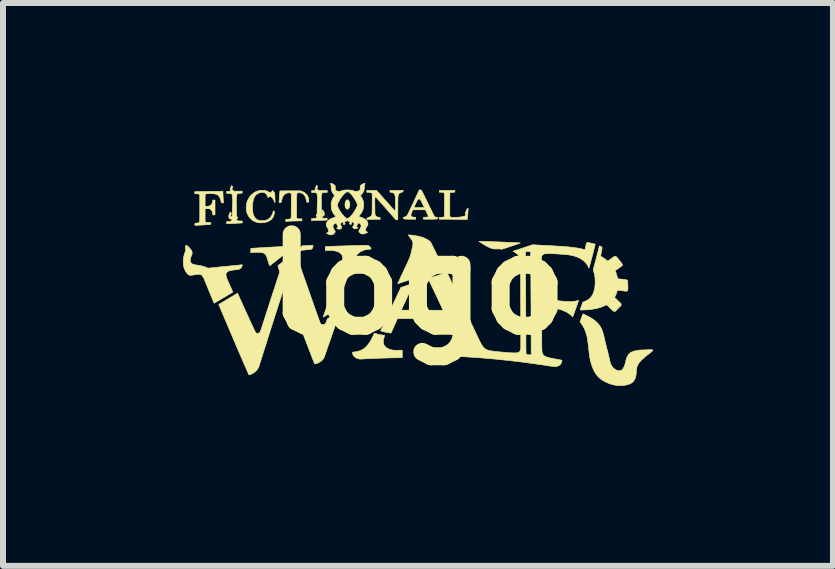
<source format=kicad_pcb>
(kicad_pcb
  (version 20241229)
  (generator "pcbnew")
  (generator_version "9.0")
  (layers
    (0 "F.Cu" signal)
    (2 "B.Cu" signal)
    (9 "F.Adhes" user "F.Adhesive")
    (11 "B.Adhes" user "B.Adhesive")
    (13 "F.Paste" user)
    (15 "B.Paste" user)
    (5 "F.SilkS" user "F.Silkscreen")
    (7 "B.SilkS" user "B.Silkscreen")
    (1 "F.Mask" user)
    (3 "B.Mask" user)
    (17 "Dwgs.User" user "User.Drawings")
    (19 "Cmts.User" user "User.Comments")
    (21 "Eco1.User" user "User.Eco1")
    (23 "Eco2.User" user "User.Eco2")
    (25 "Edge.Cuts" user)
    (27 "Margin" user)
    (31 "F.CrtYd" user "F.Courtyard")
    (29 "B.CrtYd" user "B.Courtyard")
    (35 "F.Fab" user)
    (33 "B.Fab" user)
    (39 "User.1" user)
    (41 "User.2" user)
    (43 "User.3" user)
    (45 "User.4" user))
  (footprint "logo"
    (layer "F.Cu")
    (at 3.917 1.691)
    (property "Reference" "logo" (at 0 0 0) (layer "F.SilkS") (effects (font (size 1.524 1.524) (thickness 0.3))))
    (attr through_hole)
    (fp_poly (pts (xy -1.164 -1.407) (xy -1.155 -1.399) (xy -1.147 -1.387) (xy -1.141 -1.371) (xy -1.137 -1.354) (xy -1.135 -1.336) (xy -1.136 -1.318) (xy -1.139 -1.3) (xy -1.144 -1.285) (xy -1.15 -1.272) (xy -1.158 -1.261) (xy -1.168 -1.255) (xy -1.174 -1.253) (xy -1.184 -1.254) (xy -1.19 -1.257) (xy -1.197 -1.263) (xy -1.204 -1.274) (xy -1.21 -1.287) (xy -1.214 -1.3) (xy -1.216 -1.314) (xy -1.216 -1.331) (xy -1.215 -1.348) (xy -1.213 -1.364) (xy -1.209 -1.377) (xy -1.202 -1.392) (xy -1.193 -1.402) (xy -1.184 -1.408) (xy -1.174 -1.41) (xy -1.164 -1.407)) (stroke (width 0.01) (type solid)) (fill yes) (layer "F.SilkS"))
    (fp_poly (pts (xy -2.068 -0.642) (xy -2.07 -0.64) (xy -2.075 -0.635) (xy -2.083 -0.628) (xy -2.094 -0.618) (xy -2.106 -0.607) (xy -2.121 -0.595) (xy -2.136 -0.581) (xy -2.153 -0.567) (xy -2.169 -0.553) (xy -2.186 -0.539) (xy -2.202 -0.525) (xy -2.243 -0.492) (xy -2.287 -0.456) (xy -2.333 -0.419) (xy -2.379 -0.382) (xy -2.426 -0.346) (xy -2.471 -0.312) (xy -2.472 -0.312) (xy -2.475 -0.317) (xy -2.478 -0.325) (xy -2.482 -0.337) (xy -2.485 -0.347) (xy -2.494 -0.375) (xy -2.502 -0.399) (xy -2.508 -0.418) (xy -2.513 -0.434) (xy -2.517 -0.447) (xy -2.521 -0.457) (xy -2.524 -0.465) (xy -2.526 -0.472) (xy -2.529 -0.477) (xy -2.531 -0.481) (xy -2.533 -0.485) (xy -2.534 -0.487) (xy -2.545 -0.501) (xy -2.557 -0.512) (xy -2.571 -0.521) (xy -2.587 -0.527) (xy -2.607 -0.531) (xy -2.631 -0.534) (xy -2.643 -0.535) (xy -2.656 -0.535) (xy -2.674 -0.535) (xy -2.693 -0.535) (xy -2.714 -0.534) (xy -2.735 -0.533) (xy -2.754 -0.531) (xy -2.771 -0.53) (xy -2.774 -0.529) (xy -2.786 -0.528) (xy -2.786 -0.601) (xy -2.717 -0.605) (xy -2.688 -0.607) (xy -2.656 -0.609) (xy -2.622 -0.611) (xy -2.587 -0.613) (xy -2.551 -0.615) (xy -2.513 -0.618) (xy -2.475 -0.62) (xy -2.437 -0.622) (xy -2.399 -0.624) (xy -2.362 -0.626) (xy -2.325 -0.628) (xy -2.289 -0.63) (xy -2.255 -0.632) (xy -2.223 -0.634) (xy -2.192 -0.636) (xy -2.165 -0.637) (xy -2.14 -0.638) (xy -2.118 -0.64) (xy -2.1 -0.64) (xy -2.085 -0.641) (xy -2.075 -0.642) (xy -2.069 -0.642) (xy -2.068 -0.642)) (stroke (width 0.01) (type solid)) (fill yes) (layer "F.SilkS"))
    (fp_poly (pts (xy 1.046 -0.718) (xy 1.06 -0.718) (xy 1.077 -0.718) (xy 1.097 -0.717) (xy 1.119 -0.716) (xy 1.143 -0.716) (xy 1.16 -0.715) (xy 1.179 -0.714) (xy 1.199 -0.714) (xy 1.218 -0.713) (xy 1.237 -0.712) (xy 1.257 -0.711) (xy 1.277 -0.711) (xy 1.3 -0.71) (xy 1.324 -0.709) (xy 1.35 -0.708) (xy 1.378 -0.707) (xy 1.41 -0.705) (xy 1.445 -0.704) (xy 1.483 -0.702) (xy 1.526 -0.7) (xy 1.573 -0.698) (xy 1.603 -0.697) (xy 1.625 -0.696) (xy 1.645 -0.695) (xy 1.663 -0.694) (xy 1.679 -0.693) (xy 1.692 -0.693) (xy 1.701 -0.692) (xy 1.705 -0.691) (xy 1.705 -0.691) (xy 1.706 -0.691) (xy 1.705 -0.69) (xy 1.701 -0.688) (xy 1.695 -0.685) (xy 1.686 -0.682) (xy 1.674 -0.678) (xy 1.659 -0.672) (xy 1.64 -0.666) (xy 1.617 -0.658) (xy 1.59 -0.649) (xy 1.558 -0.638) (xy 1.553 -0.637) (xy 1.525 -0.628) (xy 1.499 -0.619) (xy 1.475 -0.611) (xy 1.453 -0.604) (xy 1.434 -0.598) (xy 1.417 -0.593) (xy 1.404 -0.589) (xy 1.395 -0.586) (xy 1.39 -0.584) (xy 1.389 -0.584) (xy 1.385 -0.585) (xy 1.378 -0.588) (xy 1.375 -0.589) (xy 1.368 -0.591) (xy 1.358 -0.592) (xy 1.345 -0.592) (xy 1.339 -0.592) (xy 1.317 -0.591) (xy 1.299 -0.591) (xy 1.285 -0.591) (xy 1.273 -0.591) (xy 1.264 -0.592) (xy 1.257 -0.593) (xy 1.25 -0.594) (xy 1.243 -0.596) (xy 1.241 -0.597) (xy 1.219 -0.604) (xy 1.196 -0.613) (xy 1.171 -0.624) (xy 1.144 -0.638) (xy 1.115 -0.655) (xy 1.082 -0.675) (xy 1.058 -0.69) (xy 1.015 -0.718) (xy 1.03 -0.718) (xy 1.036 -0.718) (xy 1.046 -0.718)) (stroke (width 0.01) (type solid)) (fill yes) (layer "F.SilkS"))
    (fp_poly (pts (xy -0.717 0.816) (xy -0.709 0.818) (xy -0.709 0.818) (xy -0.692 0.823) (xy -0.674 0.828) (xy -0.654 0.833) (xy -0.634 0.837) (xy -0.615 0.841) (xy -0.597 0.844) (xy -0.581 0.847) (xy -0.569 0.848) (xy -0.564 0.848) (xy -0.558 0.849) (xy -0.555 0.851) (xy -0.555 0.851) (xy -0.555 0.854) (xy -0.557 0.861) (xy -0.56 0.869) (xy -0.56 0.869) (xy -0.569 0.897) (xy -0.575 0.923) (xy -0.578 0.948) (xy -0.577 0.969) (xy -0.577 0.974) (xy -0.571 0.998) (xy -0.56 1.019) (xy -0.545 1.038) (xy -0.526 1.055) (xy -0.502 1.069) (xy -0.474 1.081) (xy -0.442 1.09) (xy -0.425 1.094) (xy -0.417 1.095) (xy -0.408 1.096) (xy -0.398 1.097) (xy -0.387 1.098) (xy -0.373 1.098) (xy -0.356 1.098) (xy -0.334 1.098) (xy -0.331 1.098) (xy -0.262 1.097) (xy -0.262 1.221) (xy -0.364 1.223) (xy -0.429 1.224) (xy -0.497 1.226) (xy -0.568 1.228) (xy -0.64 1.23) (xy -0.713 1.233) (xy -0.784 1.236) (xy -0.853 1.239) (xy -0.88 1.241) (xy -0.904 1.242) (xy -0.923 1.243) (xy -0.939 1.244) (xy -0.951 1.244) (xy -0.961 1.244) (xy -0.968 1.244) (xy -0.975 1.243) (xy -0.98 1.243) (xy -0.985 1.242) (xy -1.012 1.234) (xy -1.036 1.223) (xy -1.056 1.208) (xy -1.063 1.201) (xy -1.074 1.187) (xy -1.083 1.171) (xy -1.089 1.154) (xy -1.09 1.143) (xy -1.091 1.129) (xy -1.068 1.127) (xy -1.032 1.122) (xy -0.996 1.114) (xy -0.962 1.103) (xy -0.931 1.089) (xy -0.907 1.075) (xy -0.883 1.057) (xy -0.861 1.037) (xy -0.84 1.013) (xy -0.819 0.986) (xy -0.798 0.955) (xy -0.778 0.919) (xy -0.757 0.879) (xy -0.745 0.853) (xy -0.739 0.841) (xy -0.734 0.83) (xy -0.73 0.821) (xy -0.727 0.816) (xy -0.727 0.815) (xy -0.724 0.815) (xy -0.717 0.816)) (stroke (width 0.01) (type solid)) (fill yes) (layer "F.SilkS"))
    (fp_poly (pts (xy -0.139 -0.825) (xy -0.123 -0.823) (xy -0.112 -0.822) (xy -0.057 -0.815) (xy -0.007 -0.806) (xy 0.04 -0.795) (xy 0.082 -0.782) (xy 0.119 -0.767) (xy 0.138 -0.758) (xy 0.153 -0.749) (xy 0.169 -0.74) (xy 0.184 -0.73) (xy 0.197 -0.72) (xy 0.207 -0.712) (xy 0.21 -0.708) (xy 0.212 -0.705) (xy 0.216 -0.698) (xy 0.221 -0.687) (xy 0.229 -0.672) (xy 0.237 -0.655) (xy 0.247 -0.635) (xy 0.258 -0.613) (xy 0.27 -0.588) (xy 0.283 -0.563) (xy 0.296 -0.536) (xy 0.309 -0.508) (xy 0.323 -0.481) (xy 0.336 -0.453) (xy 0.349 -0.426) (xy 0.362 -0.399) (xy 0.374 -0.374) (xy 0.386 -0.35) (xy 0.396 -0.329) (xy 0.405 -0.309) (xy 0.413 -0.293) (xy 0.419 -0.279) (xy 0.424 -0.27) (xy 0.426 -0.264) (xy 0.427 -0.262) (xy 0.424 -0.26) (xy 0.419 -0.258) (xy 0.41 -0.255) (xy 0.408 -0.254) (xy 0.403 -0.252) (xy 0.392 -0.249) (xy 0.378 -0.245) (xy 0.361 -0.239) (xy 0.341 -0.233) (xy 0.318 -0.225) (xy 0.294 -0.217) (xy 0.268 -0.209) (xy 0.245 -0.202) (xy 0.1 -0.155) (xy 0.083 -0.164) (xy 0.061 -0.174) (xy 0.04 -0.179) (xy 0.016 -0.181) (xy 0.015 -0.181) (xy -0.012 -0.179) (xy -0.038 -0.172) (xy -0.061 -0.161) (xy -0.082 -0.146) (xy -0.1 -0.126) (xy -0.115 -0.103) (xy -0.115 -0.103) (xy -0.126 -0.081) (xy -0.23 -0.046) (xy -0.252 -0.039) (xy -0.272 -0.032) (xy -0.291 -0.026) (xy -0.307 -0.021) (xy -0.32 -0.016) (xy -0.33 -0.013) (xy -0.336 -0.011) (xy -0.337 -0.011) (xy -0.336 -0.013) (xy -0.334 -0.019) (xy -0.329 -0.029) (xy -0.323 -0.043) (xy -0.315 -0.061) (xy -0.306 -0.081) (xy -0.296 -0.104) (xy -0.284 -0.129) (xy -0.271 -0.156) (xy -0.258 -0.185) (xy -0.246 -0.21) (xy -0.232 -0.241) (xy -0.218 -0.271) (xy -0.204 -0.299) (xy -0.192 -0.326) (xy -0.18 -0.352) (xy -0.169 -0.374) (xy -0.16 -0.394) (xy -0.153 -0.411) (xy -0.147 -0.425) (xy -0.143 -0.434) (xy -0.141 -0.438) (xy -0.134 -0.457) (xy -0.127 -0.477) (xy -0.121 -0.497) (xy -0.115 -0.519) (xy -0.109 -0.543) (xy -0.103 -0.571) (xy -0.098 -0.594) (xy -0.092 -0.622) (xy -0.088 -0.645) (xy -0.085 -0.664) (xy -0.084 -0.681) (xy -0.085 -0.696) (xy -0.088 -0.71) (xy -0.092 -0.723) (xy -0.099 -0.736) (xy -0.109 -0.751) (xy -0.12 -0.767) (xy -0.134 -0.785) (xy -0.145 -0.799) (xy -0.153 -0.81) (xy -0.158 -0.817) (xy -0.159 -0.822) (xy -0.157 -0.825) (xy -0.15 -0.825) (xy -0.139 -0.825)) (stroke (width 0.01) (type solid)) (fill yes) (layer "F.SilkS"))
    (fp_poly (pts (xy 0.615 -1.537) (xy 0.584 -1.536) (xy 0.566 -1.535) (xy 0.552 -1.533) (xy 0.543 -1.531) (xy 0.537 -1.528) (xy 0.533 -1.524) (xy 0.533 -1.52) (xy 0.532 -1.512) (xy 0.532 -1.499) (xy 0.532 -1.481) (xy 0.531 -1.459) (xy 0.531 -1.433) (xy 0.531 -1.403) (xy 0.531 -1.369) (xy 0.531 -1.332) (xy 0.531 -1.135) (xy 0.537 -1.129) (xy 0.541 -1.125) (xy 0.547 -1.123) (xy 0.554 -1.12) (xy 0.564 -1.119) (xy 0.577 -1.118) (xy 0.594 -1.118) (xy 0.611 -1.118) (xy 0.64 -1.118) (xy 0.669 -1.12) (xy 0.697 -1.123) (xy 0.723 -1.126) (xy 0.747 -1.131) (xy 0.767 -1.136) (xy 0.783 -1.142) (xy 0.785 -1.143) (xy 0.795 -1.148) (xy 0.8 -1.152) (xy 0.801 -1.156) (xy 0.799 -1.161) (xy 0.798 -1.162) (xy 0.793 -1.171) (xy 0.789 -1.178) (xy 0.788 -1.183) (xy 0.788 -1.189) (xy 0.79 -1.196) (xy 0.794 -1.206) (xy 0.799 -1.215) (xy 0.8 -1.216) (xy 0.805 -1.226) (xy 0.81 -1.236) (xy 0.812 -1.244) (xy 0.813 -1.245) (xy 0.816 -1.254) (xy 0.82 -1.26) (xy 0.828 -1.264) (xy 0.83 -1.265) (xy 0.836 -1.266) (xy 0.838 -1.265) (xy 0.838 -1.262) (xy 0.838 -1.259) (xy 0.837 -1.251) (xy 0.836 -1.239) (xy 0.835 -1.224) (xy 0.834 -1.206) (xy 0.832 -1.187) (xy 0.831 -1.172) (xy 0.829 -1.151) (xy 0.827 -1.133) (xy 0.826 -1.116) (xy 0.824 -1.102) (xy 0.824 -1.092) (xy 0.823 -1.086) (xy 0.823 -1.084) (xy 0.821 -1.083) (xy 0.814 -1.083) (xy 0.806 -1.082) (xy 0.803 -1.083) (xy 0.797 -1.083) (xy 0.786 -1.083) (xy 0.771 -1.083) (xy 0.753 -1.083) (xy 0.732 -1.084) (xy 0.709 -1.084) (xy 0.683 -1.084) (xy 0.657 -1.085) (xy 0.643 -1.085) (xy 0.613 -1.085) (xy 0.583 -1.085) (xy 0.553 -1.086) (xy 0.524 -1.086) (xy 0.496 -1.086) (xy 0.471 -1.086) (xy 0.449 -1.087) (xy 0.431 -1.087) (xy 0.429 -1.087) (xy 0.356 -1.087) (xy 0.356 -1.117) (xy 0.389 -1.119) (xy 0.406 -1.12) (xy 0.418 -1.121) (xy 0.427 -1.123) (xy 0.433 -1.126) (xy 0.437 -1.13) (xy 0.439 -1.133) (xy 0.439 -1.137) (xy 0.44 -1.145) (xy 0.441 -1.158) (xy 0.441 -1.174) (xy 0.441 -1.193) (xy 0.442 -1.215) (xy 0.442 -1.239) (xy 0.442 -1.265) (xy 0.442 -1.292) (xy 0.442 -1.319) (xy 0.442 -1.347) (xy 0.442 -1.374) (xy 0.442 -1.4) (xy 0.442 -1.425) (xy 0.441 -1.448) (xy 0.441 -1.469) (xy 0.44 -1.487) (xy 0.44 -1.502) (xy 0.439 -1.512) (xy 0.439 -1.519) (xy 0.438 -1.52) (xy 0.436 -1.525) (xy 0.432 -1.529) (xy 0.426 -1.532) (xy 0.418 -1.534) (xy 0.406 -1.535) (xy 0.39 -1.536) (xy 0.388 -1.536) (xy 0.356 -1.537) (xy 0.356 -1.567) (xy 0.615 -1.567) (xy 0.615 -1.537)) (stroke (width 0.01) (type solid)) (fill yes) (layer "F.SilkS"))
    (fp_poly (pts (xy -2.574 -1.567) (xy -2.556 -1.566) (xy -2.54 -1.563) (xy -2.525 -1.558) (xy -2.508 -1.551) (xy -2.489 -1.542) (xy -2.47 -1.531) (xy -2.463 -1.528) (xy -2.459 -1.527) (xy -2.454 -1.529) (xy -2.449 -1.533) (xy -2.442 -1.541) (xy -2.437 -1.548) (xy -2.424 -1.565) (xy -2.408 -1.548) (xy -2.4 -1.539) (xy -2.394 -1.531) (xy -2.39 -1.525) (xy -2.389 -1.523) (xy -2.388 -1.518) (xy -2.387 -1.508) (xy -2.386 -1.494) (xy -2.385 -1.475) (xy -2.384 -1.451) (xy -2.384 -1.438) (xy -2.383 -1.36) (xy -2.396 -1.389) (xy -2.409 -1.414) (xy -2.422 -1.434) (xy -2.434 -1.449) (xy -2.446 -1.459) (xy -2.458 -1.465) (xy -2.469 -1.465) (xy -2.48 -1.461) (xy -2.488 -1.455) (xy -2.494 -1.451) (xy -2.498 -1.449) (xy -2.499 -1.449) (xy -2.501 -1.452) (xy -2.504 -1.458) (xy -2.507 -1.464) (xy -2.516 -1.487) (xy -2.527 -1.504) (xy -2.539 -1.517) (xy -2.553 -1.526) (xy -2.569 -1.532) (xy -2.588 -1.534) (xy -2.593 -1.534) (xy -2.62 -1.532) (xy -2.646 -1.525) (xy -2.67 -1.514) (xy -2.691 -1.499) (xy -2.71 -1.481) (xy -2.724 -1.459) (xy -2.727 -1.453) (xy -2.738 -1.428) (xy -2.746 -1.401) (xy -2.752 -1.372) (xy -2.756 -1.34) (xy -2.758 -1.305) (xy -2.758 -1.285) (xy -2.757 -1.245) (xy -2.754 -1.21) (xy -2.748 -1.179) (xy -2.739 -1.152) (xy -2.728 -1.129) (xy -2.714 -1.109) (xy -2.697 -1.092) (xy -2.678 -1.079) (xy -2.655 -1.069) (xy -2.652 -1.068) (xy -2.645 -1.066) (xy -2.638 -1.065) (xy -2.63 -1.064) (xy -2.618 -1.063) (xy -2.603 -1.063) (xy -2.596 -1.063) (xy -2.58 -1.063) (xy -2.568 -1.063) (xy -2.559 -1.064) (xy -2.552 -1.065) (xy -2.545 -1.067) (xy -2.537 -1.069) (xy -2.534 -1.07) (xy -2.512 -1.079) (xy -2.493 -1.089) (xy -2.476 -1.102) (xy -2.472 -1.106) (xy -2.452 -1.127) (xy -2.436 -1.153) (xy -2.423 -1.182) (xy -2.414 -1.21) (xy -2.41 -1.227) (xy -2.4 -1.222) (xy -2.394 -1.218) (xy -2.39 -1.214) (xy -2.39 -1.213) (xy -2.391 -1.207) (xy -2.392 -1.198) (xy -2.394 -1.186) (xy -2.397 -1.174) (xy -2.4 -1.162) (xy -2.402 -1.152) (xy -2.403 -1.149) (xy -2.413 -1.124) (xy -2.425 -1.104) (xy -2.438 -1.089) (xy -2.459 -1.07) (xy -2.484 -1.055) (xy -2.513 -1.043) (xy -2.544 -1.034) (xy -2.549 -1.033) (xy -2.566 -1.03) (xy -2.586 -1.028) (xy -2.608 -1.027) (xy -2.629 -1.027) (xy -2.648 -1.028) (xy -2.66 -1.03) (xy -2.694 -1.038) (xy -2.726 -1.05) (xy -2.755 -1.067) (xy -2.781 -1.087) (xy -2.805 -1.111) (xy -2.824 -1.138) (xy -2.84 -1.168) (xy -2.852 -1.2) (xy -2.86 -1.235) (xy -2.86 -1.237) (xy -2.862 -1.256) (xy -2.863 -1.278) (xy -2.862 -1.302) (xy -2.86 -1.325) (xy -2.857 -1.346) (xy -2.854 -1.36) (xy -2.842 -1.394) (xy -2.826 -1.427) (xy -2.806 -1.459) (xy -2.781 -1.487) (xy -2.771 -1.497) (xy -2.744 -1.52) (xy -2.716 -1.539) (xy -2.686 -1.552) (xy -2.654 -1.562) (xy -2.62 -1.567) (xy -2.593 -1.568) (xy -2.574 -1.567)) (stroke (width 0.01) (type solid)) (fill yes) (layer "F.SilkS"))
    (fp_poly (pts (xy 0.034 -1.576) (xy 0.049 -1.572) (xy 0.061 -1.563) (xy 0.063 -1.562) (xy 0.065 -1.559) (xy 0.068 -1.551) (xy 0.074 -1.54) (xy 0.082 -1.525) (xy 0.091 -1.507) (xy 0.101 -1.486) (xy 0.113 -1.463) (xy 0.125 -1.437) (xy 0.139 -1.409) (xy 0.153 -1.38) (xy 0.166 -1.353) (xy 0.181 -1.322) (xy 0.195 -1.293) (xy 0.209 -1.265) (xy 0.222 -1.239) (xy 0.233 -1.216) (xy 0.244 -1.194) (xy 0.253 -1.176) (xy 0.261 -1.161) (xy 0.267 -1.149) (xy 0.271 -1.142) (xy 0.272 -1.139) (xy 0.279 -1.131) (xy 0.288 -1.125) (xy 0.299 -1.122) (xy 0.313 -1.119) (xy 0.317 -1.119) (xy 0.327 -1.118) (xy 0.332 -1.116) (xy 0.335 -1.115) (xy 0.335 -1.112) (xy 0.333 -1.106) (xy 0.328 -1.099) (xy 0.32 -1.093) (xy 0.313 -1.09) (xy 0.308 -1.089) (xy 0.298 -1.089) (xy 0.284 -1.088) (xy 0.266 -1.088) (xy 0.245 -1.087) (xy 0.22 -1.087) (xy 0.197 -1.087) (xy 0.091 -1.087) (xy 0.091 -1.12) (xy 0.125 -1.121) (xy 0.14 -1.121) (xy 0.15 -1.122) (xy 0.158 -1.123) (xy 0.163 -1.124) (xy 0.166 -1.126) (xy 0.169 -1.129) (xy 0.171 -1.131) (xy 0.172 -1.135) (xy 0.171 -1.141) (xy 0.169 -1.148) (xy 0.164 -1.159) (xy 0.158 -1.172) (xy 0.15 -1.19) (xy 0.147 -1.196) (xy 0.124 -1.245) (xy 0.019 -1.244) (xy -0.085 -1.243) (xy -0.1 -1.209) (xy -0.108 -1.189) (xy -0.114 -1.172) (xy -0.116 -1.159) (xy -0.116 -1.148) (xy -0.113 -1.14) (xy -0.106 -1.133) (xy -0.097 -1.127) (xy -0.089 -1.124) (xy -0.079 -1.122) (xy -0.067 -1.121) (xy -0.062 -1.121) (xy -0.038 -1.12) (xy -0.038 -1.087) (xy -0.126 -1.087) (xy -0.151 -1.087) (xy -0.172 -1.087) (xy -0.188 -1.088) (xy -0.201 -1.088) (xy -0.211 -1.089) (xy -0.218 -1.089) (xy -0.223 -1.09) (xy -0.225 -1.091) (xy -0.235 -1.096) (xy -0.242 -1.103) (xy -0.246 -1.111) (xy -0.246 -1.114) (xy -0.246 -1.117) (xy -0.244 -1.119) (xy -0.238 -1.12) (xy -0.232 -1.121) (xy -0.214 -1.125) (xy -0.198 -1.133) (xy -0.184 -1.146) (xy -0.171 -1.164) (xy -0.171 -1.165) (xy -0.169 -1.169) (xy -0.165 -1.177) (xy -0.159 -1.19) (xy -0.151 -1.205) (xy -0.142 -1.224) (xy -0.132 -1.246) (xy -0.12 -1.27) (xy -0.116 -1.28) (xy -0.068 -1.28) (xy 0.019 -1.28) (xy 0.04 -1.28) (xy 0.058 -1.28) (xy 0.075 -1.28) (xy 0.089 -1.28) (xy 0.099 -1.281) (xy 0.105 -1.281) (xy 0.107 -1.281) (xy 0.106 -1.284) (xy 0.103 -1.291) (xy 0.098 -1.301) (xy 0.092 -1.313) (xy 0.085 -1.327) (xy 0.078 -1.342) (xy 0.07 -1.358) (xy 0.063 -1.373) (xy 0.056 -1.386) (xy 0.05 -1.398) (xy 0.045 -1.408) (xy 0.042 -1.414) (xy 0.041 -1.416) (xy 0.034 -1.42) (xy 0.024 -1.422) (xy 0.014 -1.422) (xy 0.004 -1.42) (xy -0.000216 -1.418) (xy -0.003 -1.415) (xy -0.006 -1.411) (xy -0.01 -1.404) (xy -0.015 -1.394) (xy -0.021 -1.381) (xy -0.029 -1.365) (xy -0.038 -1.345) (xy -0.05 -1.321) (xy -0.058 -1.302) (xy -0.068 -1.28) (xy -0.116 -1.28) (xy -0.108 -1.297) (xy -0.094 -1.325) (xy -0.081 -1.354) (xy -0.07 -1.378) (xy 0.024 -1.578) (xy 0.034 -1.576)) (stroke (width 0.01) (type solid)) (fill yes) (layer "F.SilkS"))
    (fp_poly (pts (xy -1.686 -1.65) (xy -1.681 -1.644) (xy -1.676 -1.636) (xy -1.673 -1.628) (xy -1.672 -1.622) (xy -1.674 -1.617) (xy -1.678 -1.612) (xy -1.683 -1.603) (xy -1.685 -1.597) (xy -1.684 -1.591) (xy -1.68 -1.585) (xy -1.671 -1.578) (xy -1.662 -1.573) (xy -1.649 -1.565) (xy -1.511 -1.565) (xy -1.513 -1.533) (xy -1.549 -1.531) (xy -1.563 -1.531) (xy -1.574 -1.53) (xy -1.583 -1.53) (xy -1.589 -1.529) (xy -1.589 -1.529) (xy -1.592 -1.527) (xy -1.596 -1.522) (xy -1.597 -1.521) (xy -1.6 -1.513) (xy -1.604 -1.503) (xy -1.606 -1.492) (xy -1.608 -1.478) (xy -1.61 -1.463) (xy -1.611 -1.444) (xy -1.611 -1.422) (xy -1.611 -1.397) (xy -1.611 -1.368) (xy -1.61 -1.334) (xy -1.609 -1.302) (xy -1.609 -1.278) (xy -1.608 -1.255) (xy -1.607 -1.235) (xy -1.607 -1.217) (xy -1.606 -1.201) (xy -1.606 -1.19) (xy -1.606 -1.182) (xy -1.606 -1.18) (xy -1.605 -1.174) (xy -1.602 -1.171) (xy -1.602 -1.171) (xy -1.596 -1.172) (xy -1.592 -1.176) (xy -1.59 -1.183) (xy -1.591 -1.191) (xy -1.596 -1.199) (xy -1.596 -1.2) (xy -1.601 -1.207) (xy -1.602 -1.214) (xy -1.6 -1.221) (xy -1.595 -1.23) (xy -1.595 -1.23) (xy -1.589 -1.238) (xy -1.585 -1.241) (xy -1.582 -1.239) (xy -1.58 -1.233) (xy -1.578 -1.226) (xy -1.575 -1.219) (xy -1.565 -1.202) (xy -1.56 -1.185) (xy -1.561 -1.167) (xy -1.562 -1.16) (xy -1.568 -1.148) (xy -1.577 -1.139) (xy -1.589 -1.135) (xy -1.592 -1.134) (xy -1.601 -1.132) (xy -1.605 -1.129) (xy -1.605 -1.124) (xy -1.6 -1.116) (xy -1.598 -1.115) (xy -1.593 -1.11) (xy -1.587 -1.107) (xy -1.578 -1.105) (xy -1.567 -1.103) (xy -1.551 -1.103) (xy -1.54 -1.103) (xy -1.514 -1.102) (xy -1.514 -1.072) (xy -1.544 -1.071) (xy -1.554 -1.07) (xy -1.569 -1.07) (xy -1.587 -1.069) (xy -1.606 -1.069) (xy -1.627 -1.068) (xy -1.647 -1.068) (xy -1.668 -1.068) (xy -1.688 -1.067) (xy -1.707 -1.067) (xy -1.724 -1.066) (xy -1.738 -1.066) (xy -1.748 -1.065) (xy -1.775 -1.064) (xy -1.775 -1.097) (xy -1.761 -1.097) (xy -1.746 -1.098) (xy -1.731 -1.099) (xy -1.717 -1.101) (xy -1.706 -1.103) (xy -1.698 -1.106) (xy -1.697 -1.107) (xy -1.691 -1.112) (xy -1.686 -1.12) (xy -1.686 -1.12) (xy -1.682 -1.129) (xy -1.689 -1.136) (xy -1.695 -1.144) (xy -1.697 -1.153) (xy -1.693 -1.162) (xy -1.689 -1.166) (xy -1.681 -1.174) (xy -1.681 -1.205) (xy -1.681 -1.216) (xy -1.681 -1.231) (xy -1.68 -1.248) (xy -1.68 -1.268) (xy -1.679 -1.29) (xy -1.678 -1.311) (xy -1.677 -1.316) (xy -1.676 -1.359) (xy -1.675 -1.398) (xy -1.675 -1.431) (xy -1.676 -1.46) (xy -1.678 -1.483) (xy -1.682 -1.502) (xy -1.686 -1.516) (xy -1.691 -1.524) (xy -1.696 -1.528) (xy -1.7 -1.528) (xy -1.708 -1.529) (xy -1.719 -1.53) (xy -1.732 -1.531) (xy -1.737 -1.531) (xy -1.773 -1.532) (xy -1.773 -1.561) (xy -1.757 -1.563) (xy -1.746 -1.564) (xy -1.733 -1.565) (xy -1.727 -1.565) (xy -1.713 -1.565) (xy -1.714 -1.581) (xy -1.713 -1.599) (xy -1.708 -1.615) (xy -1.7 -1.628) (xy -1.696 -1.635) (xy -1.694 -1.642) (xy -1.694 -1.644) (xy -1.693 -1.65) (xy -1.69 -1.652) (xy -1.686 -1.65)) (stroke (width 0.01) (type solid)) (fill yes) (layer "F.SilkS"))
    (fp_poly (pts (xy -2.025 -1.56) (xy -2.007 -1.56) (xy -1.993 -1.56) (xy -1.982 -1.56) (xy -1.973 -1.56) (xy -1.966 -1.559) (xy -1.96 -1.559) (xy -1.955 -1.558) (xy -1.952 -1.557) (xy -1.948 -1.556) (xy -1.92 -1.546) (xy -1.894 -1.532) (xy -1.872 -1.515) (xy -1.853 -1.495) (xy -1.838 -1.473) (xy -1.829 -1.451) (xy -1.827 -1.445) (xy -1.825 -1.436) (xy -1.823 -1.424) (xy -1.822 -1.412) (xy -1.82 -1.399) (xy -1.819 -1.388) (xy -1.819 -1.38) (xy -1.819 -1.374) (xy -1.819 -1.373) (xy -1.822 -1.372) (xy -1.828 -1.372) (xy -1.836 -1.371) (xy -1.853 -1.37) (xy -1.857 -1.393) (xy -1.865 -1.424) (xy -1.874 -1.451) (xy -1.884 -1.474) (xy -1.897 -1.492) (xy -1.912 -1.506) (xy -1.927 -1.516) (xy -1.942 -1.522) (xy -1.959 -1.527) (xy -1.976 -1.529) (xy -1.991 -1.529) (xy -2.004 -1.526) (xy -2.005 -1.525) (xy -2.008 -1.524) (xy -2.011 -1.523) (xy -2.013 -1.522) (xy -2.015 -1.52) (xy -2.016 -1.517) (xy -2.018 -1.513) (xy -2.019 -1.507) (xy -2.02 -1.5) (xy -2.02 -1.49) (xy -2.021 -1.478) (xy -2.021 -1.462) (xy -2.022 -1.443) (xy -2.022 -1.421) (xy -2.022 -1.395) (xy -2.022 -1.364) (xy -2.022 -1.329) (xy -2.023 -1.313) (xy -2.023 -1.279) (xy -2.023 -1.247) (xy -2.023 -1.217) (xy -2.023 -1.19) (xy -2.023 -1.166) (xy -2.023 -1.146) (xy -2.022 -1.13) (xy -2.022 -1.118) (xy -2.022 -1.111) (xy -2.021 -1.108) (xy -2.019 -1.103) (xy -2.017 -1.099) (xy -2.012 -1.097) (xy -2.005 -1.095) (xy -1.994 -1.094) (xy -1.98 -1.093) (xy -1.97 -1.093) (xy -1.933 -1.092) (xy -1.933 -1.06) (xy -2.045 -1.057) (xy -2.07 -1.056) (xy -2.093 -1.056) (xy -2.116 -1.055) (xy -2.136 -1.054) (xy -2.153 -1.054) (xy -2.168 -1.053) (xy -2.178 -1.053) (xy -2.181 -1.052) (xy -2.205 -1.051) (xy -2.205 -1.067) (xy -2.204 -1.077) (xy -2.203 -1.082) (xy -2.202 -1.083) (xy -2.198 -1.084) (xy -2.19 -1.085) (xy -2.18 -1.086) (xy -2.167 -1.087) (xy -2.165 -1.087) (xy -2.152 -1.088) (xy -2.14 -1.09) (xy -2.131 -1.091) (xy -2.126 -1.092) (xy -2.125 -1.092) (xy -2.123 -1.093) (xy -2.121 -1.095) (xy -2.119 -1.096) (xy -2.118 -1.098) (xy -2.116 -1.102) (xy -2.115 -1.106) (xy -2.114 -1.113) (xy -2.114 -1.121) (xy -2.113 -1.132) (xy -2.113 -1.146) (xy -2.112 -1.162) (xy -2.112 -1.182) (xy -2.112 -1.206) (xy -2.112 -1.233) (xy -2.111 -1.265) (xy -2.111 -1.302) (xy -2.111 -1.311) (xy -2.111 -1.513) (xy -2.117 -1.519) (xy -2.126 -1.524) (xy -2.139 -1.527) (xy -2.154 -1.528) (xy -2.17 -1.525) (xy -2.187 -1.521) (xy -2.203 -1.514) (xy -2.217 -1.506) (xy -2.225 -1.5) (xy -2.239 -1.484) (xy -2.252 -1.463) (xy -2.262 -1.439) (xy -2.265 -1.429) (xy -2.268 -1.419) (xy -2.271 -1.409) (xy -2.274 -1.396) (xy -2.278 -1.381) (xy -2.28 -1.37) (xy -2.281 -1.367) (xy -2.283 -1.365) (xy -2.289 -1.364) (xy -2.297 -1.364) (xy -2.314 -1.364) (xy -2.314 -1.375) (xy -2.314 -1.382) (xy -2.313 -1.393) (xy -2.312 -1.406) (xy -2.311 -1.422) (xy -2.31 -1.44) (xy -2.309 -1.459) (xy -2.308 -1.478) (xy -2.306 -1.496) (xy -2.305 -1.513) (xy -2.304 -1.529) (xy -2.303 -1.541) (xy -2.302 -1.551) (xy -2.301 -1.557) (xy -2.301 -1.558) (xy -2.298 -1.558) (xy -2.291 -1.559) (xy -2.279 -1.559) (xy -2.264 -1.559) (xy -2.245 -1.559) (xy -2.223 -1.56) (xy -2.199 -1.56) (xy -2.172 -1.56) (xy -2.144 -1.56) (xy -2.132 -1.56) (xy -2.099 -1.56) (xy -2.07 -1.56) (xy -2.045 -1.56) (xy -2.025 -1.56)) (stroke (width 0.01) (type solid)) (fill yes) (layer "F.SilkS"))
    (fp_poly (pts (xy -3.1 -1.645) (xy -3.095 -1.637) (xy -3.09 -1.626) (xy -3.089 -1.617) (xy -3.093 -1.607) (xy -3.095 -1.603) (xy -3.1 -1.595) (xy -3.101 -1.588) (xy -3.099 -1.581) (xy -3.093 -1.574) (xy -3.083 -1.567) (xy -3.077 -1.563) (xy -3.064 -1.554) (xy -2.996 -1.554) (xy -2.929 -1.554) (xy -2.929 -1.522) (xy -2.942 -1.521) (xy -2.952 -1.52) (xy -2.964 -1.519) (xy -2.974 -1.519) (xy -2.988 -1.518) (xy -2.998 -1.517) (xy -3.004 -1.515) (xy -3.009 -1.512) (xy -3.012 -1.507) (xy -3.014 -1.503) (xy -3.018 -1.494) (xy -3.021 -1.484) (xy -3.023 -1.473) (xy -3.025 -1.459) (xy -3.026 -1.442) (xy -3.027 -1.422) (xy -3.027 -1.398) (xy -3.027 -1.37) (xy -3.027 -1.355) (xy -3.026 -1.316) (xy -3.025 -1.282) (xy -3.025 -1.252) (xy -3.024 -1.226) (xy -3.024 -1.204) (xy -3.023 -1.186) (xy -3.023 -1.171) (xy -3.022 -1.159) (xy -3.022 -1.149) (xy -3.021 -1.142) (xy -3.021 -1.137) (xy -3.02 -1.133) (xy -3.019 -1.131) (xy -3.018 -1.13) (xy -3.018 -1.129) (xy -3.013 -1.125) (xy -3.009 -1.118) (xy -3.007 -1.11) (xy -3.007 -1.108) (xy -3.009 -1.102) (xy -3.014 -1.095) (xy -3.015 -1.094) (xy -3.02 -1.089) (xy -3.022 -1.085) (xy -3.021 -1.08) (xy -3.02 -1.077) (xy -3.016 -1.07) (xy -3.012 -1.065) (xy -3.007 -1.062) (xy -2.999 -1.059) (xy -2.987 -1.058) (xy -2.972 -1.058) (xy -2.966 -1.057) (xy -2.93 -1.057) (xy -2.928 -1.024) (xy -2.955 -1.023) (xy -2.964 -1.022) (xy -2.977 -1.021) (xy -2.993 -1.021) (xy -3.013 -1.02) (xy -3.033 -1.019) (xy -3.055 -1.018) (xy -3.066 -1.017) (xy -3.087 -1.016) (xy -3.108 -1.015) (xy -3.127 -1.014) (xy -3.144 -1.014) (xy -3.157 -1.013) (xy -3.167 -1.012) (xy -3.171 -1.012) (xy -3.19 -1.011) (xy -3.19 -1.046) (xy -3.167 -1.048) (xy -3.146 -1.05) (xy -3.13 -1.052) (xy -3.117 -1.056) (xy -3.109 -1.061) (xy -3.103 -1.067) (xy -3.1 -1.075) (xy -3.1 -1.077) (xy -3.098 -1.087) (xy -3.111 -1.088) (xy -3.123 -1.09) (xy -3.132 -1.092) (xy -3.138 -1.094) (xy -3.142 -1.097) (xy -3.145 -1.101) (xy -3.147 -1.106) (xy -3.151 -1.115) (xy -3.152 -1.125) (xy -3.153 -1.136) (xy -3.153 -1.145) (xy -3.152 -1.153) (xy -3.149 -1.16) (xy -3.145 -1.169) (xy -3.142 -1.174) (xy -3.138 -1.184) (xy -3.134 -1.193) (xy -3.132 -1.199) (xy -3.132 -1.2) (xy -3.131 -1.205) (xy -3.128 -1.206) (xy -3.123 -1.203) (xy -3.118 -1.196) (xy -3.118 -1.195) (xy -3.113 -1.184) (xy -3.112 -1.174) (xy -3.116 -1.163) (xy -3.118 -1.16) (xy -3.123 -1.15) (xy -3.124 -1.142) (xy -3.12 -1.136) (xy -3.116 -1.132) (xy -3.109 -1.127) (xy -3.104 -1.126) (xy -3.099 -1.128) (xy -3.099 -1.132) (xy -3.098 -1.14) (xy -3.097 -1.151) (xy -3.096 -1.166) (xy -3.096 -1.183) (xy -3.095 -1.198) (xy -3.095 -1.219) (xy -3.094 -1.243) (xy -3.093 -1.268) (xy -3.092 -1.291) (xy -3.091 -1.311) (xy -3.091 -1.317) (xy -3.089 -1.353) (xy -3.089 -1.386) (xy -3.089 -1.417) (xy -3.091 -1.443) (xy -3.093 -1.467) (xy -3.097 -1.485) (xy -3.101 -1.5) (xy -3.103 -1.504) (xy -3.106 -1.509) (xy -3.11 -1.512) (xy -3.116 -1.514) (xy -3.124 -1.516) (xy -3.136 -1.516) (xy -3.153 -1.516) (xy -3.188 -1.516) (xy -3.188 -1.552) (xy -3.157 -1.552) (xy -3.144 -1.552) (xy -3.136 -1.552) (xy -3.13 -1.553) (xy -3.128 -1.554) (xy -3.127 -1.555) (xy -3.128 -1.556) (xy -3.13 -1.574) (xy -3.129 -1.592) (xy -3.124 -1.61) (xy -3.118 -1.621) (xy -3.113 -1.63) (xy -3.11 -1.638) (xy -3.11 -1.64) (xy -3.108 -1.646) (xy -3.104 -1.648) (xy -3.1 -1.645)) (stroke (width 0.01) (type solid)) (fill yes) (layer "F.SilkS"))
    (fp_poly (pts (xy -0.866 -0.651) (xy -0.856 -0.651) (xy -0.848 -0.65) (xy -0.841 -0.65) (xy -0.835 -0.649) (xy -0.831 -0.648) (xy -0.827 -0.647) (xy -0.824 -0.646) (xy -0.821 -0.644) (xy -0.818 -0.643) (xy -0.817 -0.641) (xy -0.804 -0.632) (xy -0.794 -0.621) (xy -0.787 -0.609) (xy -0.783 -0.598) (xy -0.782 -0.593) (xy -0.783 -0.59) (xy -0.784 -0.588) (xy -0.789 -0.587) (xy -0.797 -0.587) (xy -0.797 -0.587) (xy -0.813 -0.586) (xy -0.831 -0.584) (xy -0.851 -0.581) (xy -0.87 -0.578) (xy -0.887 -0.574) (xy -0.893 -0.573) (xy -0.915 -0.565) (xy -0.937 -0.555) (xy -0.958 -0.544) (xy -0.976 -0.533) (xy -0.978 -0.531) (xy -0.993 -0.519) (xy -1.008 -0.504) (xy -1.022 -0.488) (xy -1.035 -0.473) (xy -1.039 -0.466) (xy -1.047 -0.453) (xy -1.056 -0.437) (xy -1.065 -0.418) (xy -1.075 -0.398) (xy -1.084 -0.378) (xy -1.091 -0.358) (xy -1.093 -0.353) (xy -1.096 -0.345) (xy -1.1 -0.333) (xy -1.106 -0.318) (xy -1.113 -0.298) (xy -1.121 -0.276) (xy -1.13 -0.251) (xy -1.14 -0.223) (xy -1.15 -0.193) (xy -1.162 -0.161) (xy -1.173 -0.127) (xy -1.186 -0.092) (xy -1.199 -0.055) (xy -1.212 -0.019) (xy -1.225 0.019) (xy -1.238 0.056) (xy -1.251 0.094) (xy -1.264 0.13) (xy -1.277 0.166) (xy -1.289 0.201) (xy -1.301 0.235) (xy -1.312 0.266) (xy -1.322 0.296) (xy -1.332 0.323) (xy -1.34 0.348) (xy -1.348 0.37) (xy -1.355 0.388) (xy -1.36 0.403) (xy -1.363 0.414) (xy -1.366 0.421) (xy -1.367 0.423) (xy -1.369 0.425) (xy -1.374 0.428) (xy -1.381 0.432) (xy -1.391 0.436) (xy -1.403 0.443) (xy -1.419 0.452) (xy -1.437 0.462) (xy -1.456 0.473) (xy -1.475 0.484) (xy -1.494 0.495) (xy -1.512 0.506) (xy -1.528 0.516) (xy -1.541 0.523) (xy -1.555 0.532) (xy -1.565 0.538) (xy -1.572 0.542) (xy -1.576 0.545) (xy -1.579 0.546) (xy -1.58 0.546) (xy -1.58 0.545) (xy -1.579 0.542) (xy -1.577 0.535) (xy -1.573 0.523) (xy -1.568 0.508) (xy -1.561 0.489) (xy -1.553 0.467) (xy -1.545 0.442) (xy -1.535 0.414) (xy -1.525 0.383) (xy -1.513 0.35) (xy -1.501 0.316) (xy -1.489 0.28) (xy -1.476 0.243) (xy -1.463 0.204) (xy -1.449 0.165) (xy -1.435 0.126) (xy -1.422 0.086) (xy -1.408 0.047) (xy -1.395 0.008) (xy -1.381 -0.03) (xy -1.369 -0.066) (xy -1.356 -0.102) (xy -1.344 -0.136) (xy -1.333 -0.168) (xy -1.323 -0.197) (xy -1.313 -0.224) (xy -1.305 -0.248) (xy -1.302 -0.258) (xy -1.292 -0.285) (xy -1.284 -0.309) (xy -1.277 -0.328) (xy -1.271 -0.344) (xy -1.267 -0.358) (xy -1.264 -0.368) (xy -1.261 -0.377) (xy -1.259 -0.384) (xy -1.257 -0.391) (xy -1.256 -0.397) (xy -1.255 -0.402) (xy -1.255 -0.409) (xy -1.254 -0.411) (xy -1.253 -0.436) (xy -1.256 -0.459) (xy -1.262 -0.479) (xy -1.273 -0.498) (xy -1.287 -0.514) (xy -1.308 -0.53) (xy -1.332 -0.543) (xy -1.361 -0.553) (xy -1.393 -0.56) (xy -1.43 -0.564) (xy -1.472 -0.566) (xy -1.495 -0.566) (xy -1.544 -0.564) (xy -1.544 -0.632) (xy -1.532 -0.632) (xy -1.527 -0.633) (xy -1.517 -0.633) (xy -1.504 -0.633) (xy -1.487 -0.634) (xy -1.468 -0.634) (xy -1.447 -0.635) (xy -1.424 -0.636) (xy -1.417 -0.636) (xy -1.393 -0.637) (xy -1.365 -0.638) (xy -1.333 -0.639) (xy -1.3 -0.64) (xy -1.266 -0.641) (xy -1.233 -0.642) (xy -1.201 -0.643) (xy -1.18 -0.644) (xy -1.131 -0.645) (xy -1.088 -0.646) (xy -1.048 -0.648) (xy -1.013 -0.649) (xy -0.983 -0.649) (xy -0.955 -0.65) (xy -0.932 -0.651) (xy -0.911 -0.651) (xy -0.894 -0.651) (xy -0.879 -0.651) (xy -0.866 -0.651)) (stroke (width 0.01) (type solid)) (fill yes) (layer "F.SilkS"))
    (fp_poly (pts (xy -3.248 -1.463) (xy -3.247 -1.442) (xy -3.246 -1.422) (xy -3.245 -1.404) (xy -3.244 -1.389) (xy -3.243 -1.377) (xy -3.242 -1.369) (xy -3.242 -1.366) (xy -3.241 -1.359) (xy -3.259 -1.359) (xy -3.268 -1.359) (xy -3.273 -1.36) (xy -3.276 -1.361) (xy -3.277 -1.364) (xy -3.278 -1.365) (xy -3.285 -1.397) (xy -3.294 -1.425) (xy -3.303 -1.448) (xy -3.314 -1.467) (xy -3.326 -1.481) (xy -3.335 -1.489) (xy -3.346 -1.496) (xy -3.358 -1.501) (xy -3.371 -1.505) (xy -3.386 -1.508) (xy -3.404 -1.51) (xy -3.425 -1.512) (xy -3.45 -1.512) (xy -3.467 -1.513) (xy -3.488 -1.512) (xy -3.505 -1.512) (xy -3.518 -1.512) (xy -3.528 -1.51) (xy -3.535 -1.508) (xy -3.539 -1.506) (xy -3.542 -1.502) (xy -3.545 -1.498) (xy -3.546 -1.494) (xy -3.546 -1.489) (xy -3.547 -1.479) (xy -3.548 -1.465) (xy -3.548 -1.447) (xy -3.548 -1.426) (xy -3.548 -1.403) (xy -3.548 -1.398) (xy -3.548 -1.373) (xy -3.548 -1.352) (xy -3.548 -1.336) (xy -3.548 -1.324) (xy -3.546 -1.314) (xy -3.545 -1.308) (xy -3.542 -1.304) (xy -3.538 -1.301) (xy -3.534 -1.3) (xy -3.527 -1.3) (xy -3.52 -1.301) (xy -3.516 -1.301) (xy -3.492 -1.304) (xy -3.472 -1.311) (xy -3.455 -1.321) (xy -3.442 -1.335) (xy -3.431 -1.353) (xy -3.424 -1.375) (xy -3.422 -1.384) (xy -3.418 -1.407) (xy -3.401 -1.407) (xy -3.383 -1.407) (xy -3.383 -1.159) (xy -3.401 -1.158) (xy -3.419 -1.157) (xy -3.42 -1.168) (xy -3.425 -1.195) (xy -3.431 -1.216) (xy -3.44 -1.233) (xy -3.45 -1.246) (xy -3.453 -1.248) (xy -3.462 -1.254) (xy -3.472 -1.258) (xy -3.485 -1.261) (xy -3.501 -1.262) (xy -3.517 -1.262) (xy -3.548 -1.262) (xy -3.548 -1.157) (xy -3.548 -1.129) (xy -3.548 -1.107) (xy -3.548 -1.088) (xy -3.548 -1.073) (xy -3.547 -1.062) (xy -3.546 -1.053) (xy -3.545 -1.046) (xy -3.544 -1.042) (xy -3.542 -1.039) (xy -3.54 -1.037) (xy -3.537 -1.035) (xy -3.536 -1.035) (xy -3.532 -1.034) (xy -3.524 -1.033) (xy -3.513 -1.033) (xy -3.5 -1.033) (xy -3.496 -1.033) (xy -3.48 -1.032) (xy -3.468 -1.032) (xy -3.461 -1.031) (xy -3.456 -1.028) (xy -3.453 -1.025) (xy -3.452 -1.02) (xy -3.452 -1.016) (xy -3.452 -1.012) (xy -3.452 -1.008) (xy -3.453 -1.006) (xy -3.455 -1.003) (xy -3.459 -1.001) (xy -3.465 -1) (xy -3.473 -0.998) (xy -3.485 -0.997) (xy -3.499 -0.996) (xy -3.517 -0.995) (xy -3.54 -0.993) (xy -3.567 -0.992) (xy -3.57 -0.992) (xy -3.594 -0.99) (xy -3.617 -0.989) (xy -3.638 -0.988) (xy -3.656 -0.987) (xy -3.672 -0.986) (xy -3.685 -0.985) (xy -3.693 -0.985) (xy -3.695 -0.985) (xy -3.706 -0.985) (xy -3.714 -0.986) (xy -3.716 -0.987) (xy -3.72 -0.992) (xy -3.721 -0.999) (xy -3.721 -1.002) (xy -3.72 -1.01) (xy -3.718 -1.015) (xy -3.713 -1.018) (xy -3.704 -1.021) (xy -3.691 -1.022) (xy -3.691 -1.022) (xy -3.674 -1.024) (xy -3.662 -1.026) (xy -3.653 -1.029) (xy -3.646 -1.032) (xy -3.642 -1.037) (xy -3.642 -1.037) (xy -3.641 -1.039) (xy -3.641 -1.041) (xy -3.64 -1.043) (xy -3.639 -1.047) (xy -3.639 -1.052) (xy -3.639 -1.058) (xy -3.638 -1.067) (xy -3.638 -1.078) (xy -3.638 -1.091) (xy -3.638 -1.107) (xy -3.637 -1.127) (xy -3.637 -1.15) (xy -3.637 -1.178) (xy -3.637 -1.209) (xy -3.637 -1.245) (xy -3.637 -1.269) (xy -3.637 -1.493) (xy -3.643 -1.5) (xy -3.65 -1.505) (xy -3.661 -1.508) (xy -3.677 -1.51) (xy -3.698 -1.511) (xy -3.701 -1.511) (xy -3.721 -1.511) (xy -3.721 -1.546) (xy -3.619 -1.548) (xy -3.594 -1.548) (xy -3.566 -1.549) (xy -3.535 -1.549) (xy -3.502 -1.549) (xy -3.468 -1.55) (xy -3.435 -1.55) (xy -3.403 -1.551) (xy -3.384 -1.551) (xy -3.252 -1.553) (xy -3.248 -1.463)) (stroke (width 0.01) (type solid)) (fill yes) (layer "F.SilkS"))
    (fp_poly (pts (xy -0.244 -1.559) (xy -0.249 -1.549) (xy -0.258 -1.541) (xy -0.27 -1.535) (xy -0.272 -1.534) (xy -0.289 -1.529) (xy -0.302 -1.524) (xy -0.312 -1.517) (xy -0.32 -1.507) (xy -0.325 -1.495) (xy -0.329 -1.48) (xy -0.332 -1.461) (xy -0.333 -1.45) (xy -0.333 -1.443) (xy -0.334 -1.431) (xy -0.334 -1.414) (xy -0.334 -1.395) (xy -0.335 -1.372) (xy -0.335 -1.346) (xy -0.335 -1.319) (xy -0.335 -1.29) (xy -0.335 -1.261) (xy -0.335 -1.251) (xy -0.335 -1.08) (xy -0.341 -1.079) (xy -0.347 -1.078) (xy -0.355 -1.077) (xy -0.357 -1.077) (xy -0.36 -1.077) (xy -0.363 -1.078) (xy -0.366 -1.079) (xy -0.369 -1.081) (xy -0.374 -1.085) (xy -0.38 -1.091) (xy -0.387 -1.1) (xy -0.397 -1.111) (xy -0.41 -1.126) (xy -0.419 -1.136) (xy -0.43 -1.148) (xy -0.444 -1.164) (xy -0.461 -1.183) (xy -0.479 -1.204) (xy -0.499 -1.226) (xy -0.519 -1.25) (xy -0.541 -1.274) (xy -0.562 -1.299) (xy -0.583 -1.323) (xy -0.585 -1.325) (xy -0.604 -1.346) (xy -0.623 -1.367) (xy -0.64 -1.387) (xy -0.656 -1.404) (xy -0.67 -1.42) (xy -0.682 -1.433) (xy -0.692 -1.444) (xy -0.699 -1.451) (xy -0.703 -1.455) (xy -0.704 -1.456) (xy -0.71 -1.456) (xy -0.714 -1.453) (xy -0.715 -1.452) (xy -0.716 -1.451) (xy -0.717 -1.449) (xy -0.717 -1.446) (xy -0.718 -1.442) (xy -0.718 -1.435) (xy -0.718 -1.426) (xy -0.719 -1.415) (xy -0.719 -1.4) (xy -0.719 -1.382) (xy -0.719 -1.36) (xy -0.718 -1.333) (xy -0.718 -1.312) (xy -0.718 -1.282) (xy -0.718 -1.256) (xy -0.718 -1.234) (xy -0.717 -1.217) (xy -0.717 -1.202) (xy -0.717 -1.191) (xy -0.716 -1.182) (xy -0.716 -1.175) (xy -0.715 -1.17) (xy -0.714 -1.165) (xy -0.713 -1.162) (xy -0.713 -1.161) (xy -0.706 -1.147) (xy -0.696 -1.135) (xy -0.682 -1.127) (xy -0.665 -1.121) (xy -0.648 -1.119) (xy -0.63 -1.117) (xy -0.63 -1.085) (xy -0.726 -1.085) (xy -0.748 -1.085) (xy -0.77 -1.084) (xy -0.789 -1.084) (xy -0.807 -1.084) (xy -0.821 -1.084) (xy -0.832 -1.083) (xy -0.838 -1.083) (xy -0.838 -1.083) (xy -0.846 -1.082) (xy -0.851 -1.082) (xy -0.853 -1.084) (xy -0.853 -1.087) (xy -0.853 -1.087) (xy -0.851 -1.097) (xy -0.844 -1.106) (xy -0.832 -1.114) (xy -0.815 -1.12) (xy -0.813 -1.121) (xy -0.797 -1.127) (xy -0.785 -1.135) (xy -0.776 -1.146) (xy -0.77 -1.16) (xy -0.767 -1.168) (xy -0.767 -1.172) (xy -0.766 -1.177) (xy -0.765 -1.183) (xy -0.765 -1.191) (xy -0.764 -1.202) (xy -0.764 -1.215) (xy -0.764 -1.232) (xy -0.763 -1.252) (xy -0.763 -1.275) (xy -0.763 -1.303) (xy -0.763 -1.336) (xy -0.763 -1.348) (xy -0.762 -1.513) (xy -0.769 -1.52) (xy -0.779 -1.527) (xy -0.793 -1.531) (xy -0.812 -1.534) (xy -0.828 -1.535) (xy -0.853 -1.535) (xy -0.853 -1.567) (xy -0.772 -1.567) (xy -0.69 -1.567) (xy -0.65 -1.522) (xy -0.641 -1.512) (xy -0.629 -1.499) (xy -0.615 -1.482) (xy -0.599 -1.464) (xy -0.581 -1.444) (xy -0.561 -1.422) (xy -0.541 -1.399) (xy -0.521 -1.377) (xy -0.503 -1.357) (xy -0.481 -1.331) (xy -0.461 -1.31) (xy -0.445 -1.291) (xy -0.431 -1.276) (xy -0.419 -1.263) (xy -0.41 -1.253) (xy -0.402 -1.246) (xy -0.396 -1.24) (xy -0.391 -1.237) (xy -0.387 -1.235) (xy -0.385 -1.234) (xy -0.383 -1.235) (xy -0.381 -1.237) (xy -0.379 -1.239) (xy -0.378 -1.242) (xy -0.378 -1.25) (xy -0.377 -1.262) (xy -0.377 -1.277) (xy -0.376 -1.294) (xy -0.376 -1.314) (xy -0.376 -1.334) (xy -0.376 -1.355) (xy -0.376 -1.376) (xy -0.376 -1.396) (xy -0.376 -1.415) (xy -0.377 -1.432) (xy -0.378 -1.446) (xy -0.378 -1.457) (xy -0.378 -1.46) (xy -0.381 -1.478) (xy -0.385 -1.494) (xy -0.391 -1.507) (xy -0.396 -1.515) (xy -0.397 -1.516) (xy -0.407 -1.523) (xy -0.422 -1.529) (xy -0.44 -1.533) (xy -0.447 -1.535) (xy -0.467 -1.537) (xy -0.467 -1.567) (xy -0.242 -1.567) (xy -0.244 -1.559)) (stroke (width 0.01) (type solid)) (fill yes) (layer "F.SilkS"))
    (fp_poly (pts (xy 2.766 0.497) (xy 2.781 0.504) (xy 2.8 0.513) (xy 2.819 0.523) (xy 2.839 0.533) (xy 2.857 0.543) (xy 2.874 0.552) (xy 2.887 0.559) (xy 2.888 0.56) (xy 2.909 0.574) (xy 2.928 0.586) (xy 2.943 0.598) (xy 2.958 0.61) (xy 2.972 0.623) (xy 2.986 0.636) (xy 3.004 0.655) (xy 3.019 0.673) (xy 3.034 0.693) (xy 3.046 0.713) (xy 3.058 0.735) (xy 3.068 0.759) (xy 3.078 0.785) (xy 3.087 0.815) (xy 3.096 0.849) (xy 3.105 0.886) (xy 3.112 0.916) (xy 3.114 0.927) (xy 3.117 0.942) (xy 3.122 0.96) (xy 3.127 0.981) (xy 3.133 1.004) (xy 3.139 1.028) (xy 3.145 1.052) (xy 3.147 1.06) (xy 3.153 1.085) (xy 3.16 1.109) (xy 3.166 1.133) (xy 3.171 1.156) (xy 3.176 1.176) (xy 3.18 1.193) (xy 3.183 1.206) (xy 3.184 1.209) (xy 3.19 1.237) (xy 3.195 1.26) (xy 3.2 1.28) (xy 3.204 1.296) (xy 3.208 1.309) (xy 3.212 1.321) (xy 3.216 1.331) (xy 3.22 1.34) (xy 3.225 1.348) (xy 3.23 1.357) (xy 3.233 1.362) (xy 3.251 1.386) (xy 3.271 1.405) (xy 3.292 1.42) (xy 3.315 1.431) (xy 3.338 1.436) (xy 3.354 1.438) (xy 3.367 1.437) (xy 3.376 1.436) (xy 3.385 1.433) (xy 3.387 1.432) (xy 3.402 1.422) (xy 3.415 1.408) (xy 3.427 1.389) (xy 3.439 1.366) (xy 3.449 1.339) (xy 3.458 1.308) (xy 3.461 1.294) (xy 3.466 1.269) (xy 3.472 1.249) (xy 3.477 1.232) (xy 3.483 1.216) (xy 3.49 1.202) (xy 3.498 1.188) (xy 3.507 1.173) (xy 3.519 1.158) (xy 3.533 1.144) (xy 3.551 1.133) (xy 3.572 1.123) (xy 3.597 1.114) (xy 3.626 1.106) (xy 3.649 1.101) (xy 3.658 1.1) (xy 3.667 1.098) (xy 3.676 1.097) (xy 3.687 1.096) (xy 3.7 1.095) (xy 3.715 1.094) (xy 3.733 1.093) (xy 3.755 1.092) (xy 3.781 1.091) (xy 3.789 1.091) (xy 3.812 1.09) (xy 3.833 1.089) (xy 3.853 1.088) (xy 3.87 1.088) (xy 3.884 1.088) (xy 3.895 1.088) (xy 3.901 1.088) (xy 3.902 1.088) (xy 3.908 1.091) (xy 3.912 1.098) (xy 3.913 1.104) (xy 3.913 1.106) (xy 3.91 1.109) (xy 3.904 1.114) (xy 3.896 1.121) (xy 3.885 1.13) (xy 3.873 1.139) (xy 3.873 1.14) (xy 3.84 1.165) (xy 3.812 1.187) (xy 3.787 1.207) (xy 3.766 1.226) (xy 3.747 1.242) (xy 3.731 1.257) (xy 3.717 1.271) (xy 3.705 1.285) (xy 3.694 1.297) (xy 3.689 1.304) (xy 3.679 1.319) (xy 3.669 1.336) (xy 3.66 1.353) (xy 3.653 1.37) (xy 3.649 1.383) (xy 3.647 1.391) (xy 3.646 1.402) (xy 3.644 1.417) (xy 3.643 1.432) (xy 3.642 1.441) (xy 3.639 1.48) (xy 3.635 1.513) (xy 3.628 1.543) (xy 3.62 1.569) (xy 3.61 1.591) (xy 3.598 1.61) (xy 3.583 1.626) (xy 3.566 1.64) (xy 3.546 1.652) (xy 3.542 1.654) (xy 3.513 1.666) (xy 3.482 1.675) (xy 3.448 1.682) (xy 3.41 1.685) (xy 3.369 1.686) (xy 3.369 1.686) (xy 3.354 1.686) (xy 3.34 1.686) (xy 3.329 1.685) (xy 3.321 1.685) (xy 3.319 1.685) (xy 3.273 1.677) (xy 3.227 1.666) (xy 3.182 1.651) (xy 3.138 1.632) (xy 3.098 1.611) (xy 3.06 1.587) (xy 3.039 1.571) (xy 3.009 1.544) (xy 2.981 1.512) (xy 2.956 1.476) (xy 2.933 1.435) (xy 2.913 1.391) (xy 2.895 1.342) (xy 2.88 1.29) (xy 2.868 1.237) (xy 2.866 1.225) (xy 2.863 1.213) (xy 2.861 1.201) (xy 2.86 1.188) (xy 2.858 1.174) (xy 2.855 1.157) (xy 2.853 1.138) (xy 2.851 1.115) (xy 2.848 1.089) (xy 2.844 1.058) (xy 2.844 1.052) (xy 2.84 1.015) (xy 2.836 0.982) (xy 2.832 0.954) (xy 2.829 0.929) (xy 2.825 0.906) (xy 2.822 0.886) (xy 2.818 0.868) (xy 2.814 0.85) (xy 2.809 0.834) (xy 2.804 0.817) (xy 2.798 0.799) (xy 2.797 0.794) (xy 2.785 0.763) (xy 2.771 0.732) (xy 2.755 0.702) (xy 2.739 0.674) (xy 2.722 0.65) (xy 2.713 0.639) (xy 2.708 0.632) (xy 2.704 0.627) (xy 2.703 0.624) (xy 2.703 0.621) (xy 2.706 0.614) (xy 2.71 0.604) (xy 2.714 0.59) (xy 2.72 0.575) (xy 2.726 0.557) (xy 2.727 0.556) (xy 2.751 0.491) (xy 2.766 0.497)) (stroke (width 0.01) (type solid)) (fill yes) (layer "F.SilkS"))
    (fp_poly (pts (xy -3.855 -0.65) (xy -3.851 -0.648) (xy -3.844 -0.643) (xy -3.834 -0.634) (xy -3.823 -0.623) (xy -3.811 -0.61) (xy -3.799 -0.597) (xy -3.788 -0.583) (xy -3.778 -0.57) (xy -3.771 -0.559) (xy -3.769 -0.554) (xy -3.765 -0.541) (xy -3.763 -0.526) (xy -3.763 -0.525) (xy -3.764 -0.515) (xy -3.765 -0.507) (xy -3.767 -0.499) (xy -3.772 -0.488) (xy -3.774 -0.484) (xy -3.785 -0.457) (xy -3.792 -0.433) (xy -3.796 -0.413) (xy -3.796 -0.395) (xy -3.795 -0.386) (xy -3.788 -0.368) (xy -3.777 -0.354) (xy -3.763 -0.342) (xy -3.745 -0.334) (xy -3.738 -0.332) (xy -3.73 -0.33) (xy -3.719 -0.328) (xy -3.704 -0.325) (xy -3.689 -0.323) (xy -3.679 -0.321) (xy -3.64 -0.315) (xy -3.605 -0.308) (xy -3.574 -0.3) (xy -3.548 -0.292) (xy -3.526 -0.283) (xy -3.517 -0.278) (xy -3.508 -0.274) (xy -3.502 -0.272) (xy -3.496 -0.271) (xy -3.487 -0.272) (xy -3.484 -0.272) (xy -3.472 -0.273) (xy -3.456 -0.275) (xy -3.437 -0.277) (xy -3.413 -0.28) (xy -3.387 -0.282) (xy -3.359 -0.285) (xy -3.328 -0.288) (xy -3.297 -0.292) (xy -3.265 -0.295) (xy -3.232 -0.298) (xy -3.2 -0.301) (xy -3.169 -0.304) (xy -3.139 -0.307) (xy -3.111 -0.31) (xy -3.087 -0.312) (xy -3.062 -0.315) (xy -3.037 -0.317) (xy -3.014 -0.319) (xy -2.993 -0.321) (xy -2.975 -0.323) (xy -2.96 -0.325) (xy -2.95 -0.326) (xy -2.943 -0.326) (xy -2.942 -0.327) (xy -2.929 -0.328) (xy -2.929 -0.319) (xy -2.93 -0.31) (xy -2.935 -0.299) (xy -2.941 -0.287) (xy -2.949 -0.277) (xy -2.954 -0.27) (xy -2.962 -0.264) (xy -2.971 -0.258) (xy -2.98 -0.254) (xy -2.99 -0.251) (xy -3.004 -0.248) (xy -3.02 -0.246) (xy -3.041 -0.244) (xy -3.072 -0.24) (xy -3.099 -0.236) (xy -3.122 -0.232) (xy -3.141 -0.227) (xy -3.157 -0.221) (xy -3.17 -0.214) (xy -3.18 -0.206) (xy -3.189 -0.197) (xy -3.192 -0.194) (xy -3.195 -0.189) (xy -3.197 -0.185) (xy -3.199 -0.179) (xy -3.199 -0.171) (xy -3.199 -0.161) (xy -3.199 -0.154) (xy -3.198 -0.147) (xy -3.197 -0.139) (xy -3.195 -0.131) (xy -3.193 -0.122) (xy -3.189 -0.111) (xy -3.185 -0.099) (xy -3.179 -0.084) (xy -3.171 -0.067) (xy -3.162 -0.046) (xy -3.151 -0.022) (xy -3.139 0.007) (xy -3.135 0.014) (xy -3.126 0.036) (xy -3.116 0.057) (xy -3.108 0.076) (xy -3.101 0.093) (xy -3.095 0.106) (xy -3.09 0.117) (xy -3.087 0.124) (xy -3.086 0.126) (xy -3.086 0.126) (xy -3.086 0.127) (xy -3.088 0.128) (xy -3.09 0.13) (xy -3.094 0.133) (xy -3.1 0.137) (xy -3.108 0.142) (xy -3.118 0.148) (xy -3.132 0.156) (xy -3.149 0.166) (xy -3.169 0.179) (xy -3.193 0.193) (xy -3.199 0.197) (xy -3.222 0.21) (xy -3.245 0.224) (xy -3.267 0.237) (xy -3.29 0.251) (xy -3.311 0.263) (xy -3.331 0.275) (xy -3.349 0.285) (xy -3.365 0.294) (xy -3.378 0.302) (xy -3.388 0.308) (xy -3.394 0.311) (xy -3.397 0.312) (xy -3.399 0.31) (xy -3.401 0.307) (xy -3.402 0.303) (xy -3.406 0.295) (xy -3.41 0.284) (xy -3.416 0.27) (xy -3.423 0.254) (xy -3.43 0.237) (xy -3.431 0.234) (xy -3.441 0.209) (xy -3.452 0.183) (xy -3.463 0.156) (xy -3.475 0.127) (xy -3.487 0.099) (xy -3.498 0.071) (xy -3.509 0.044) (xy -3.52 0.018) (xy -3.529 -0.006) (xy -3.538 -0.027) (xy -3.545 -0.044) (xy -3.551 -0.058) (xy -3.554 -0.065) (xy -3.565 -0.093) (xy -3.577 -0.116) (xy -3.588 -0.134) (xy -3.598 -0.148) (xy -3.609 -0.157) (xy -3.616 -0.162) (xy -3.623 -0.164) (xy -3.63 -0.166) (xy -3.637 -0.168) (xy -3.645 -0.168) (xy -3.655 -0.168) (xy -3.667 -0.167) (xy -3.683 -0.165) (xy -3.702 -0.163) (xy -3.721 -0.16) (xy -3.744 -0.157) (xy -3.762 -0.154) (xy -3.777 -0.153) (xy -3.789 -0.152) (xy -3.798 -0.152) (xy -3.806 -0.153) (xy -3.812 -0.154) (xy -3.819 -0.157) (xy -3.825 -0.16) (xy -3.826 -0.16) (xy -3.835 -0.167) (xy -3.845 -0.178) (xy -3.856 -0.192) (xy -3.867 -0.208) (xy -3.877 -0.225) (xy -3.886 -0.243) (xy -3.893 -0.259) (xy -3.894 -0.26) (xy -3.901 -0.284) (xy -3.907 -0.308) (xy -3.91 -0.331) (xy -3.912 -0.357) (xy -3.912 -0.376) (xy -3.912 -0.4) (xy -3.91 -0.422) (xy -3.908 -0.444) (xy -3.903 -0.465) (xy -3.898 -0.488) (xy -3.89 -0.514) (xy -3.88 -0.542) (xy -3.878 -0.548) (xy -3.87 -0.571) (xy -3.873 -0.601) (xy -3.875 -0.62) (xy -3.875 -0.634) (xy -3.873 -0.644) (xy -3.869 -0.65) (xy -3.863 -0.652) (xy -3.855 -0.65)) (stroke (width 0.01) (type solid)) (fill yes) (layer "F.SilkS"))
    (fp_poly (pts (xy 3.027 -0.642) (xy 3.032 -0.64) (xy 3.04 -0.638) (xy 3.043 -0.637) (xy 3.054 -0.633) (xy 3.062 -0.627) (xy 3.067 -0.618) (xy 3.068 -0.615) (xy 3.069 -0.611) (xy 3.069 -0.607) (xy 3.068 -0.6) (xy 3.067 -0.591) (xy 3.065 -0.579) (xy 3.062 -0.563) (xy 3.059 -0.545) (xy 3.056 -0.528) (xy 3.053 -0.512) (xy 3.05 -0.498) (xy 3.048 -0.486) (xy 3.047 -0.479) (xy 3.046 -0.476) (xy 3.046 -0.473) (xy 3.048 -0.47) (xy 3.053 -0.466) (xy 3.061 -0.461) (xy 3.067 -0.457) (xy 3.097 -0.439) (xy 3.125 -0.419) (xy 3.146 -0.402) (xy 3.154 -0.396) (xy 3.16 -0.392) (xy 3.163 -0.39) (xy 3.166 -0.391) (xy 3.169 -0.393) (xy 3.173 -0.395) (xy 3.181 -0.4) (xy 3.191 -0.408) (xy 3.203 -0.416) (xy 3.217 -0.426) (xy 3.227 -0.433) (xy 3.244 -0.446) (xy 3.258 -0.456) (xy 3.269 -0.463) (xy 3.278 -0.467) (xy 3.285 -0.47) (xy 3.29 -0.47) (xy 3.296 -0.469) (xy 3.301 -0.467) (xy 3.304 -0.464) (xy 3.309 -0.46) (xy 3.316 -0.453) (xy 3.324 -0.443) (xy 3.335 -0.431) (xy 3.346 -0.417) (xy 3.357 -0.403) (xy 3.368 -0.389) (xy 3.379 -0.375) (xy 3.389 -0.362) (xy 3.397 -0.35) (xy 3.403 -0.341) (xy 3.407 -0.335) (xy 3.408 -0.333) (xy 3.408 -0.328) (xy 3.408 -0.324) (xy 3.407 -0.319) (xy 3.403 -0.314) (xy 3.398 -0.309) (xy 3.39 -0.302) (xy 3.379 -0.293) (xy 3.364 -0.283) (xy 3.346 -0.27) (xy 3.345 -0.269) (xy 3.287 -0.228) (xy 3.294 -0.212) (xy 3.302 -0.194) (xy 3.309 -0.173) (xy 3.316 -0.15) (xy 3.322 -0.127) (xy 3.323 -0.122) (xy 3.329 -0.095) (xy 3.397 -0.087) (xy 3.419 -0.085) (xy 3.438 -0.082) (xy 3.452 -0.081) (xy 3.463 -0.079) (xy 3.471 -0.078) (xy 3.477 -0.076) (xy 3.481 -0.075) (xy 3.484 -0.073) (xy 3.486 -0.071) (xy 3.489 -0.068) (xy 3.489 -0.067) (xy 3.497 -0.059) (xy 3.499 0.014) (xy 3.499 0.038) (xy 3.5 0.057) (xy 3.5 0.073) (xy 3.499 0.084) (xy 3.498 0.093) (xy 3.497 0.1) (xy 3.495 0.104) (xy 3.492 0.107) (xy 3.488 0.11) (xy 3.486 0.111) (xy 3.484 0.112) (xy 3.48 0.113) (xy 3.476 0.113) (xy 3.471 0.113) (xy 3.463 0.113) (xy 3.452 0.111) (xy 3.438 0.11) (xy 3.42 0.107) (xy 3.407 0.106) (xy 3.388 0.103) (xy 3.371 0.101) (xy 3.356 0.099) (xy 3.344 0.098) (xy 3.335 0.097) (xy 3.331 0.097) (xy 3.331 0.097) (xy 3.327 0.098) (xy 3.324 0.102) (xy 3.322 0.107) (xy 3.311 0.145) (xy 3.297 0.18) (xy 3.292 0.19) (xy 3.285 0.202) (xy 3.281 0.211) (xy 3.28 0.217) (xy 3.28 0.22) (xy 3.28 0.22) (xy 3.283 0.223) (xy 3.29 0.228) (xy 3.298 0.236) (xy 3.309 0.246) (xy 3.32 0.257) (xy 3.332 0.269) (xy 3.345 0.28) (xy 3.356 0.292) (xy 3.366 0.302) (xy 3.375 0.31) (xy 3.381 0.316) (xy 3.384 0.32) (xy 3.384 0.32) (xy 3.387 0.327) (xy 3.388 0.337) (xy 3.388 0.338) (xy 3.388 0.349) (xy 3.288 0.45) (xy 3.276 0.45) (xy 3.265 0.448) (xy 3.257 0.444) (xy 3.253 0.441) (xy 3.246 0.434) (xy 3.237 0.426) (xy 3.226 0.415) (xy 3.214 0.404) (xy 3.208 0.399) (xy 3.195 0.387) (xy 3.183 0.375) (xy 3.172 0.365) (xy 3.163 0.356) (xy 3.157 0.351) (xy 3.155 0.349) (xy 3.144 0.34) (xy 3.115 0.354) (xy 3.075 0.371) (xy 3.033 0.386) (xy 2.989 0.398) (xy 2.942 0.408) (xy 2.891 0.416) (xy 2.836 0.422) (xy 2.802 0.424) (xy 2.784 0.425) (xy 2.767 0.426) (xy 2.751 0.426) (xy 2.735 0.427) (xy 2.722 0.427) (xy 2.712 0.426) (xy 2.705 0.426) (xy 2.703 0.425) (xy 2.703 0.423) (xy 2.706 0.416) (xy 2.709 0.406) (xy 2.714 0.393) (xy 2.719 0.378) (xy 2.723 0.366) (xy 2.729 0.35) (xy 2.735 0.335) (xy 2.739 0.321) (xy 2.743 0.311) (xy 2.745 0.304) (xy 2.746 0.302) (xy 2.748 0.298) (xy 2.753 0.295) (xy 2.76 0.291) (xy 2.768 0.288) (xy 2.78 0.284) (xy 2.793 0.278) (xy 2.806 0.272) (xy 2.81 0.27) (xy 2.838 0.254) (xy 2.861 0.236) (xy 2.882 0.215) (xy 2.899 0.191) (xy 2.915 0.163) (xy 2.928 0.133) (xy 2.938 0.101) (xy 2.946 0.067) (xy 2.951 0.03) (xy 2.953 -0.011) (xy 2.954 -0.041) (xy 2.953 -0.08) (xy 2.951 -0.115) (xy 2.946 -0.147) (xy 2.94 -0.178) (xy 2.931 -0.209) (xy 2.929 -0.213) (xy 2.926 -0.225) (xy 2.923 -0.235) (xy 2.922 -0.243) (xy 2.922 -0.246) (xy 2.923 -0.25) (xy 2.925 -0.258) (xy 2.928 -0.27) (xy 2.932 -0.285) (xy 2.937 -0.303) (xy 2.942 -0.323) (xy 2.948 -0.344) (xy 2.949 -0.347) (xy 2.954 -0.367) (xy 2.96 -0.389) (xy 2.967 -0.413) (xy 2.973 -0.438) (xy 2.98 -0.464) (xy 2.986 -0.49) (xy 2.993 -0.515) (xy 2.999 -0.539) (xy 3.005 -0.562) (xy 3.01 -0.582) (xy 3.014 -0.601) (xy 3.018 -0.616) (xy 3.021 -0.628) (xy 3.022 -0.635) (xy 3.023 -0.639) (xy 3.024 -0.642) (xy 3.027 -0.642)) (stroke (width 0.01) (type solid)) (fill yes) (layer "F.SilkS"))
    (fp_poly (pts (xy -1.75 -0.637) (xy -1.752 -0.619) (xy -1.758 -0.605) (xy -1.768 -0.593) (xy -1.781 -0.586) (xy -1.786 -0.584) (xy -1.796 -0.583) (xy -1.81 -0.581) (xy -1.825 -0.58) (xy -1.831 -0.579) (xy -1.868 -0.576) (xy -1.9 -0.573) (xy -1.927 -0.57) (xy -1.949 -0.565) (xy -1.968 -0.561) (xy -1.982 -0.556) (xy -1.986 -0.554) (xy -1.995 -0.548) (xy -2.004 -0.539) (xy -2.013 -0.529) (xy -2.019 -0.52) (xy -2.022 -0.514) (xy -2.023 -0.509) (xy -2.024 -0.504) (xy -2.024 -0.499) (xy -2.024 -0.494) (xy -2.023 -0.487) (xy -2.022 -0.479) (xy -2.019 -0.47) (xy -2.016 -0.457) (xy -2.011 -0.443) (xy -2.005 -0.425) (xy -1.998 -0.403) (xy -1.989 -0.378) (xy -1.979 -0.349) (xy -1.978 -0.345) (xy -1.953 -0.276) (xy -1.929 -0.207) (xy -1.906 -0.14) (xy -1.883 -0.075) (xy -1.861 -0.011) (xy -1.839 0.05) (xy -1.818 0.11) (xy -1.798 0.167) (xy -1.779 0.222) (xy -1.76 0.275) (xy -1.743 0.324) (xy -1.726 0.371) (xy -1.711 0.415) (xy -1.696 0.456) (xy -1.683 0.493) (xy -1.671 0.526) (xy -1.66 0.556) (xy -1.651 0.583) (xy -1.643 0.605) (xy -1.636 0.623) (xy -1.631 0.636) (xy -1.627 0.646) (xy -1.625 0.65) (xy -1.625 0.651) (xy -1.616 0.661) (xy -1.605 0.668) (xy -1.59 0.67) (xy -1.586 0.671) (xy -1.571 0.669) (xy -1.559 0.665) (xy -1.548 0.658) (xy -1.539 0.646) (xy -1.531 0.631) (xy -1.525 0.616) (xy -1.521 0.604) (xy -1.517 0.593) (xy -1.514 0.585) (xy -1.513 0.58) (xy -1.511 0.578) (xy -1.508 0.574) (xy -1.502 0.57) (xy -1.495 0.565) (xy -1.484 0.558) (xy -1.47 0.549) (xy -1.452 0.539) (xy -1.448 0.536) (xy -1.426 0.523) (xy -1.405 0.511) (xy -1.385 0.499) (xy -1.366 0.488) (xy -1.348 0.478) (xy -1.332 0.469) (xy -1.319 0.462) (xy -1.309 0.457) (xy -1.302 0.454) (xy -1.299 0.453) (xy -1.299 0.453) (xy -1.3 0.455) (xy -1.302 0.462) (xy -1.305 0.473) (xy -1.31 0.487) (xy -1.316 0.505) (xy -1.323 0.525) (xy -1.33 0.547) (xy -1.339 0.571) (xy -1.344 0.586) (xy -1.367 0.651) (xy -1.39 0.718) (xy -1.414 0.787) (xy -1.438 0.856) (xy -1.461 0.924) (xy -1.484 0.989) (xy -1.506 1.052) (xy -1.521 1.096) (xy -1.529 1.119) (xy -1.537 1.142) (xy -1.544 1.163) (xy -1.551 1.182) (xy -1.557 1.198) (xy -1.562 1.211) (xy -1.565 1.22) (xy -1.567 1.224) (xy -1.583 1.248) (xy -1.603 1.27) (xy -1.627 1.289) (xy -1.654 1.305) (xy -1.655 1.306) (xy -1.666 1.311) (xy -1.678 1.315) (xy -1.691 1.319) (xy -1.702 1.322) (xy -1.712 1.324) (xy -1.719 1.325) (xy -1.722 1.324) (xy -1.723 1.322) (xy -1.726 1.314) (xy -1.731 1.302) (xy -1.737 1.287) (xy -1.745 1.267) (xy -1.754 1.244) (xy -1.765 1.217) (xy -1.776 1.188) (xy -1.789 1.155) (xy -1.802 1.12) (xy -1.817 1.082) (xy -1.832 1.042) (xy -1.849 0.999) (xy -1.865 0.956) (xy -1.883 0.91) (xy -1.901 0.863) (xy -1.919 0.815) (xy -1.938 0.767) (xy -1.956 0.717) (xy -1.975 0.667) (xy -1.994 0.617) (xy -2.013 0.567) (xy -2.032 0.518) (xy -2.051 0.468) (xy -2.069 0.42) (xy -2.087 0.372) (xy -2.105 0.326) (xy -2.122 0.281) (xy -2.138 0.237) (xy -2.154 0.196) (xy -2.167 0.159) (xy -2.177 0.134) (xy -2.186 0.111) (xy -2.194 0.089) (xy -2.201 0.07) (xy -2.208 0.053) (xy -2.213 0.04) (xy -2.217 0.03) (xy -2.219 0.024) (xy -2.22 0.023) (xy -2.221 0.025) (xy -2.223 0.032) (xy -2.227 0.042) (xy -2.232 0.055) (xy -2.237 0.071) (xy -2.243 0.089) (xy -2.245 0.095) (xy -2.275 0.19) (xy -2.305 0.281) (xy -2.333 0.368) (xy -2.36 0.452) (xy -2.386 0.533) (xy -2.411 0.612) (xy -2.436 0.689) (xy -2.46 0.765) (xy -2.484 0.84) (xy -2.508 0.915) (xy -2.531 0.99) (xy -2.555 1.066) (xy -2.58 1.143) (xy -2.601 1.211) (xy -2.61 1.239) (xy -2.618 1.266) (xy -2.626 1.291) (xy -2.634 1.315) (xy -2.64 1.335) (xy -2.646 1.353) (xy -2.651 1.367) (xy -2.654 1.378) (xy -2.657 1.384) (xy -2.657 1.385) (xy -2.674 1.413) (xy -2.695 1.438) (xy -2.719 1.46) (xy -2.745 1.479) (xy -2.774 1.495) (xy -2.797 1.503) (xy -2.806 1.506) (xy -2.813 1.508) (xy -2.817 1.509) (xy -2.817 1.509) (xy -2.818 1.507) (xy -2.821 1.501) (xy -2.825 1.493) (xy -2.826 1.49) (xy -2.829 1.485) (xy -2.833 1.475) (xy -2.839 1.461) (xy -2.846 1.445) (xy -2.855 1.425) (xy -2.864 1.403) (xy -2.874 1.379) (xy -2.885 1.354) (xy -2.896 1.331) (xy -2.909 1.299) (xy -2.924 1.265) (xy -2.94 1.228) (xy -2.957 1.19) (xy -2.974 1.149) (xy -2.992 1.108) (xy -3.01 1.065) (xy -3.029 1.022) (xy -3.048 0.978) (xy -3.067 0.933) (xy -3.086 0.888) (xy -3.105 0.843) (xy -3.124 0.799) (xy -3.143 0.755) (xy -3.161 0.712) (xy -3.179 0.67) (xy -3.196 0.629) (xy -3.213 0.59) (xy -3.229 0.553) (xy -3.244 0.518) (xy -3.257 0.485) (xy -3.27 0.455) (xy -3.282 0.427) (xy -3.292 0.403) (xy -3.301 0.381) (xy -3.308 0.364) (xy -3.314 0.35) (xy -3.317 0.34) (xy -3.319 0.334) (xy -3.32 0.333) (xy -3.318 0.331) (xy -3.312 0.328) (xy -3.306 0.324) (xy -3.297 0.319) (xy -3.283 0.311) (xy -3.267 0.301) (xy -3.248 0.29) (xy -3.227 0.278) (xy -3.205 0.265) (xy -3.182 0.251) (xy -3.159 0.238) (xy -3.137 0.224) (xy -3.115 0.212) (xy -3.096 0.2) (xy -3.079 0.19) (xy -3.072 0.185) (xy -3.056 0.176) (xy -3.041 0.167) (xy -3.028 0.16) (xy -3.018 0.154) (xy -3.011 0.151) (xy -3.007 0.149) (xy -3.007 0.149) (xy -3.006 0.152) (xy -3.002 0.159) (xy -2.997 0.169) (xy -2.991 0.183) (xy -2.983 0.2) (xy -2.974 0.219) (xy -2.965 0.241) (xy -2.954 0.263) (xy -2.949 0.274) (xy -2.921 0.337) (xy -2.895 0.395) (xy -2.87 0.449) (xy -2.848 0.498) (xy -2.827 0.543) (xy -2.809 0.584) (xy -2.791 0.622) (xy -2.776 0.655) (xy -2.762 0.685) (xy -2.75 0.711) (xy -2.739 0.734) (xy -2.73 0.753) (xy -2.722 0.769) (xy -2.715 0.783) (xy -2.71 0.793) (xy -2.706 0.8) (xy -2.703 0.805) (xy -2.702 0.807) (xy -2.691 0.814) (xy -2.679 0.817) (xy -2.664 0.815) (xy -2.661 0.814) (xy -2.648 0.808) (xy -2.636 0.798) (xy -2.626 0.785) (xy -2.623 0.777) (xy -2.622 0.773) (xy -2.619 0.764) (xy -2.615 0.751) (xy -2.609 0.735) (xy -2.603 0.716) (xy -2.596 0.694) (xy -2.588 0.669) (xy -2.58 0.643) (xy -2.571 0.616) (xy -2.567 0.603) (xy -2.549 0.549) (xy -2.533 0.496) (xy -2.516 0.445) (xy -2.5 0.396) (xy -2.484 0.346) (xy -2.468 0.296) (xy -2.451 0.244) (xy -2.434 0.191) (xy -2.416 0.135) (xy -2.396 0.076) (xy -2.376 0.014) (xy -2.37 -0.005) (xy -2.303 -0.208) (xy -2.319 -0.259) (xy -2.323 -0.274) (xy -2.327 -0.287) (xy -2.331 -0.298) (xy -2.333 -0.306) (xy -2.334 -0.31) (xy -2.334 -0.311) (xy -2.332 -0.312) (xy -2.327 -0.317) (xy -2.319 -0.324) (xy -2.308 -0.332) (xy -2.295 -0.342) (xy -2.285 -0.35) (xy -2.227 -0.395) (xy -2.167 -0.443) (xy -2.106 -0.493) (xy -2.046 -0.542) (xy -1.989 -0.591) (xy -1.974 -0.604) (xy -1.957 -0.618) (xy -1.944 -0.629) (xy -1.934 -0.637) (xy -1.927 -0.642) (xy -1.922 -0.644) (xy -1.922 -0.644) (xy -1.917 -0.644) (xy -1.908 -0.645) (xy -1.896 -0.645) (xy -1.881 -0.646) (xy -1.863 -0.647) (xy -1.848 -0.648) (xy -1.829 -0.648) (xy -1.811 -0.649) (xy -1.795 -0.65) (xy -1.781 -0.651) (xy -1.771 -0.651) (xy -1.766 -0.652) (xy -1.75 -0.653) (xy -1.75 -0.637)) (stroke (width 0.01) (type solid)) (fill yes) (layer "F.SilkS"))
    (fp_poly (pts (xy -0.882 -1.686) (xy -0.881 -1.682) (xy -0.881 -1.68) (xy -0.883 -1.674) (xy -0.886 -1.666) (xy -0.888 -1.662) (xy -0.891 -1.656) (xy -0.892 -1.65) (xy -0.893 -1.644) (xy -0.894 -1.635) (xy -0.894 -1.622) (xy -0.894 -1.621) (xy -0.895 -1.594) (xy -0.899 -1.572) (xy -0.905 -1.552) (xy -0.915 -1.533) (xy -0.929 -1.515) (xy -0.939 -1.504) (xy -0.96 -1.482) (xy -0.955 -1.475) (xy -0.935 -1.444) (xy -0.92 -1.413) (xy -0.91 -1.38) (xy -0.905 -1.346) (xy -0.905 -1.31) (xy -0.907 -1.294) (xy -0.913 -1.259) (xy -0.924 -1.226) (xy -0.94 -1.196) (xy -0.96 -1.168) (xy -0.974 -1.152) (xy -0.981 -1.145) (xy -0.987 -1.139) (xy -0.99 -1.135) (xy -0.99 -1.134) (xy -0.988 -1.133) (xy -0.981 -1.131) (xy -0.972 -1.127) (xy -0.96 -1.123) (xy -0.953 -1.12) (xy -0.935 -1.114) (xy -0.921 -1.108) (xy -0.91 -1.104) (xy -0.901 -1.099) (xy -0.893 -1.094) (xy -0.884 -1.089) (xy -0.881 -1.087) (xy -0.862 -1.072) (xy -0.848 -1.055) (xy -0.839 -1.037) (xy -0.834 -1.019) (xy -0.833 -1.006) (xy -0.835 -0.995) (xy -0.84 -0.983) (xy -0.848 -0.971) (xy -0.861 -0.95) (xy -0.869 -0.932) (xy -0.874 -0.916) (xy -0.875 -0.902) (xy -0.871 -0.891) (xy -0.87 -0.89) (xy -0.865 -0.885) (xy -0.857 -0.879) (xy -0.851 -0.876) (xy -0.838 -0.869) (xy -0.849 -0.863) (xy -0.872 -0.851) (xy -0.895 -0.843) (xy -0.915 -0.84) (xy -0.934 -0.841) (xy -0.951 -0.847) (xy -0.966 -0.856) (xy -0.978 -0.87) (xy -0.983 -0.878) (xy -0.985 -0.886) (xy -0.984 -0.893) (xy -0.981 -0.902) (xy -0.974 -0.914) (xy -0.972 -0.916) (xy -0.96 -0.936) (xy -0.952 -0.954) (xy -0.948 -0.97) (xy -0.948 -0.985) (xy -0.951 -0.995) (xy -0.958 -1.005) (xy -0.968 -1.014) (xy -0.978 -1.021) (xy -0.981 -1.022) (xy -0.989 -1.025) (xy -0.994 -1.026) (xy -0.995 -1.024) (xy -0.996 -1.022) (xy -0.997 -1.017) (xy -1.001 -1.011) (xy -1.006 -1.003) (xy -1.006 -1.002) (xy -1.015 -0.987) (xy -1.02 -0.975) (xy -1.02 -0.964) (xy -1.017 -0.956) (xy -1.009 -0.949) (xy -1.008 -0.949) (xy -0.998 -0.943) (xy -1.01 -0.936) (xy -1.028 -0.929) (xy -1.045 -0.926) (xy -1.059 -0.927) (xy -1.072 -0.934) (xy -1.078 -0.939) (xy -1.085 -0.948) (xy -1.087 -0.957) (xy -1.084 -0.967) (xy -1.081 -0.971) (xy -1.074 -0.982) (xy -1.068 -0.993) (xy -1.065 -1.004) (xy -1.064 -1.01) (xy -1.067 -1.019) (xy -1.072 -1.027) (xy -1.081 -1.035) (xy -1.09 -1.04) (xy -1.098 -1.041) (xy -1.102 -1.039) (xy -1.106 -1.034) (xy -1.109 -1.027) (xy -1.112 -1.021) (xy -1.113 -1.017) (xy -1.11 -1.013) (xy -1.109 -1.012) (xy -1.105 -1.009) (xy -1.107 -1.006) (xy -1.111 -1.004) (xy -1.121 -1.001) (xy -1.13 -1.002) (xy -1.136 -1.005) (xy -1.14 -1.011) (xy -1.14 -1.018) (xy -1.137 -1.025) (xy -1.133 -1.033) (xy -1.133 -1.041) (xy -1.139 -1.047) (xy -1.148 -1.052) (xy -1.153 -1.053) (xy -1.162 -1.055) (xy -1.17 -1.059) (xy -1.176 -1.062) (xy -1.18 -1.062) (xy -1.183 -1.06) (xy -1.188 -1.057) (xy -1.196 -1.054) (xy -1.199 -1.053) (xy -1.21 -1.049) (xy -1.217 -1.046) (xy -1.22 -1.043) (xy -1.222 -1.038) (xy -1.222 -1.035) (xy -1.221 -1.028) (xy -1.218 -1.022) (xy -1.215 -1.014) (xy -1.215 -1.007) (xy -1.22 -1.002) (xy -1.228 -0.999) (xy -1.236 -0.999) (xy -1.245 -1.001) (xy -1.249 -1.004) (xy -1.247 -1.008) (xy -1.246 -1.01) (xy -1.243 -1.013) (xy -1.242 -1.017) (xy -1.244 -1.022) (xy -1.247 -1.029) (xy -1.251 -1.035) (xy -1.254 -1.038) (xy -1.258 -1.038) (xy -1.259 -1.038) (xy -1.272 -1.033) (xy -1.282 -1.025) (xy -1.288 -1.015) (xy -1.29 -1.004) (xy -1.289 -0.996) (xy -1.285 -0.985) (xy -1.279 -0.974) (xy -1.274 -0.966) (xy -1.269 -0.957) (xy -1.268 -0.949) (xy -1.272 -0.941) (xy -1.278 -0.933) (xy -1.286 -0.926) (xy -1.294 -0.922) (xy -1.301 -0.921) (xy -1.317 -0.921) (xy -1.333 -0.924) (xy -1.347 -0.931) (xy -1.357 -0.937) (xy -1.35 -0.94) (xy -1.343 -0.945) (xy -1.338 -0.95) (xy -1.335 -0.957) (xy -1.334 -0.964) (xy -1.337 -0.973) (xy -1.343 -0.985) (xy -1.347 -0.993) (xy -1.353 -1.003) (xy -1.357 -1.011) (xy -1.359 -1.017) (xy -1.359 -1.018) (xy -1.359 -1.024) (xy -1.372 -1.019) (xy -1.39 -1.01) (xy -1.403 -0.999) (xy -1.412 -0.987) (xy -1.416 -0.973) (xy -1.415 -0.956) (xy -1.41 -0.938) (xy -1.408 -0.933) (xy -1.402 -0.922) (xy -1.395 -0.911) (xy -1.389 -0.902) (xy -1.382 -0.891) (xy -1.379 -0.881) (xy -1.381 -0.871) (xy -1.387 -0.86) (xy -1.388 -0.858) (xy -1.401 -0.844) (xy -1.416 -0.834) (xy -1.433 -0.828) (xy -1.444 -0.826) (xy -1.453 -0.826) (xy -1.464 -0.827) (xy -1.474 -0.829) (xy -1.482 -0.832) (xy -1.492 -0.836) (xy -1.502 -0.84) (xy -1.511 -0.845) (xy -1.519 -0.849) (xy -1.523 -0.852) (xy -1.524 -0.853) (xy -1.522 -0.855) (xy -1.518 -0.857) (xy -1.51 -0.861) (xy -1.501 -0.868) (xy -1.494 -0.876) (xy -1.492 -0.88) (xy -1.489 -0.89) (xy -1.49 -0.904) (xy -1.495 -0.92) (xy -1.504 -0.938) (xy -1.517 -0.957) (xy -1.517 -0.958) (xy -1.523 -0.966) (xy -1.526 -0.973) (xy -1.528 -0.979) (xy -1.528 -0.988) (xy -1.529 -0.993) (xy -1.529 -1.004) (xy -1.528 -1.012) (xy -1.526 -1.02) (xy -1.523 -1.028) (xy -1.522 -1.029) (xy -1.513 -1.046) (xy -1.501 -1.06) (xy -1.485 -1.074) (xy -1.466 -1.087) (xy -1.46 -1.09) (xy -1.455 -1.093) (xy -1.446 -1.097) (xy -1.434 -1.102) (xy -1.42 -1.108) (xy -1.406 -1.114) (xy -1.392 -1.119) (xy -1.38 -1.124) (xy -1.37 -1.128) (xy -1.368 -1.129) (xy -1.367 -1.13) (xy -1.368 -1.133) (xy -1.371 -1.137) (xy -1.378 -1.144) (xy -1.38 -1.146) (xy -1.401 -1.171) (xy -1.419 -1.199) (xy -1.433 -1.23) (xy -1.443 -1.262) (xy -1.443 -1.264) (xy -1.444 -1.273) (xy -1.446 -1.287) (xy -1.446 -1.303) (xy -1.446 -1.317) (xy -1.446 -1.318) (xy -1.342 -1.318) (xy -1.34 -1.306) (xy -1.335 -1.292) (xy -1.331 -1.282) (xy -1.316 -1.251) (xy -1.297 -1.219) (xy -1.276 -1.188) (xy -1.254 -1.159) (xy -1.232 -1.135) (xy -1.217 -1.121) (xy -1.204 -1.11) (xy -1.193 -1.104) (xy -1.183 -1.101) (xy -1.173 -1.101) (xy -1.163 -1.104) (xy -1.16 -1.105) (xy -1.146 -1.114) (xy -1.13 -1.128) (xy -1.113 -1.146) (xy -1.095 -1.167) (xy -1.077 -1.191) (xy -1.064 -1.21) (xy -1.052 -1.229) (xy -1.041 -1.248) (xy -1.031 -1.267) (xy -1.022 -1.284) (xy -1.016 -1.299) (xy -1.012 -1.31) (xy -1.01 -1.317) (xy -1.009 -1.323) (xy -1.01 -1.329) (xy -1.012 -1.338) (xy -1.013 -1.341) (xy -1.018 -1.355) (xy -1.026 -1.373) (xy -1.036 -1.392) (xy -1.048 -1.412) (xy -1.06 -1.432) (xy -1.061 -1.434) (xy -1.079 -1.46) (xy -1.096 -1.483) (xy -1.113 -1.503) (xy -1.129 -1.519) (xy -1.144 -1.531) (xy -1.158 -1.54) (xy -1.169 -1.544) (xy -1.174 -1.544) (xy -1.184 -1.542) (xy -1.196 -1.536) (xy -1.21 -1.526) (xy -1.225 -1.513) (xy -1.24 -1.497) (xy -1.256 -1.479) (xy -1.272 -1.458) (xy -1.287 -1.437) (xy -1.302 -1.414) (xy -1.315 -1.391) (xy -1.327 -1.368) (xy -1.332 -1.358) (xy -1.338 -1.343) (xy -1.342 -1.33) (xy -1.342 -1.318) (xy -1.446 -1.318) (xy -1.446 -1.334) (xy -1.446 -1.347) (xy -1.445 -1.358) (xy -1.443 -1.368) (xy -1.44 -1.378) (xy -1.429 -1.413) (xy -1.413 -1.446) (xy -1.394 -1.474) (xy -1.387 -1.485) (xy -1.403 -1.501) (xy -1.418 -1.52) (xy -1.431 -1.542) (xy -1.44 -1.564) (xy -1.442 -1.569) (xy -1.444 -1.581) (xy -1.446 -1.598) (xy -1.446 -1.618) (xy -1.447 -1.632) (xy -1.447 -1.643) (xy -1.448 -1.65) (xy -1.449 -1.656) (xy -1.452 -1.662) (xy -1.454 -1.667) (xy -1.457 -1.675) (xy -1.459 -1.681) (xy -1.459 -1.684) (xy -1.455 -1.686) (xy -1.447 -1.685) (xy -1.436 -1.682) (xy -1.423 -1.675) (xy -1.407 -1.666) (xy -1.4 -1.662) (xy -1.39 -1.655) (xy -1.383 -1.648) (xy -1.379 -1.639) (xy -1.378 -1.629) (xy -1.378 -1.615) (xy -1.378 -1.614) (xy -1.379 -1.598) (xy -1.378 -1.586) (xy -1.375 -1.577) (xy -1.37 -1.569) (xy -1.367 -1.567) (xy -1.36 -1.561) (xy -1.353 -1.557) (xy -1.344 -1.555) (xy -1.333 -1.553) (xy -1.323 -1.552) (xy -1.311 -1.552) (xy -1.302 -1.552) (xy -1.294 -1.554) (xy -1.284 -1.557) (xy -1.276 -1.559) (xy -1.256 -1.565) (xy -1.237 -1.57) (xy -1.218 -1.573) (xy -1.196 -1.574) (xy -1.172 -1.574) (xy -1.161 -1.574) (xy -1.143 -1.573) (xy -1.129 -1.573) (xy -1.118 -1.572) (xy -1.109 -1.57) (xy -1.099 -1.568) (xy -1.093 -1.566) (xy -1.081 -1.563) (xy -1.071 -1.559) (xy -1.063 -1.557) (xy -1.061 -1.555) (xy -1.057 -1.554) (xy -1.051 -1.553) (xy -1.043 -1.552) (xy -1.032 -1.553) (xy -1.026 -1.553) (xy -1.009 -1.554) (xy -0.997 -1.556) (xy -0.987 -1.559) (xy -0.98 -1.562) (xy -0.974 -1.567) (xy -0.973 -1.569) (xy -0.967 -1.578) (xy -0.963 -1.588) (xy -0.961 -1.601) (xy -0.962 -1.617) (xy -0.962 -1.619) (xy -0.963 -1.641) (xy -0.952 -1.652) (xy -0.943 -1.66) (xy -0.931 -1.668) (xy -0.918 -1.675) (xy -0.906 -1.681) (xy -0.896 -1.685) (xy -0.892 -1.686) (xy -0.885 -1.686) (xy -0.882 -1.686)) (stroke (width 0.01) (type solid)) (fill yes) (layer "F.SilkS"))
    (fp_poly (pts (xy 2.833 -0.698) (xy 2.842 -0.697) (xy 2.855 -0.695) (xy 2.87 -0.691) (xy 2.89 -0.687) (xy 2.897 -0.685) (xy 2.916 -0.681) (xy 2.93 -0.677) (xy 2.941 -0.675) (xy 2.948 -0.672) (xy 2.952 -0.67) (xy 2.954 -0.669) (xy 2.954 -0.668) (xy 2.953 -0.664) (xy 2.952 -0.655) (xy 2.949 -0.642) (xy 2.945 -0.626) (xy 2.94 -0.607) (xy 2.934 -0.585) (xy 2.928 -0.561) (xy 2.922 -0.535) (xy 2.915 -0.507) (xy 2.907 -0.479) (xy 2.9 -0.451) (xy 2.892 -0.423) (xy 2.885 -0.395) (xy 2.878 -0.368) (xy 2.871 -0.343) (xy 2.865 -0.32) (xy 2.859 -0.298) (xy 2.855 -0.287) (xy 2.851 -0.271) (xy 2.843 -0.288) (xy 2.824 -0.323) (xy 2.801 -0.354) (xy 2.774 -0.383) (xy 2.743 -0.408) (xy 2.708 -0.431) (xy 2.669 -0.45) (xy 2.626 -0.466) (xy 2.579 -0.48) (xy 2.528 -0.49) (xy 2.492 -0.495) (xy 2.485 -0.496) (xy 2.473 -0.497) (xy 2.458 -0.498) (xy 2.439 -0.499) (xy 2.418 -0.501) (xy 2.396 -0.503) (xy 2.371 -0.504) (xy 2.353 -0.506) (xy 2.323 -0.508) (xy 2.296 -0.509) (xy 2.274 -0.511) (xy 2.254 -0.511) (xy 2.236 -0.512) (xy 2.219 -0.512) (xy 2.203 -0.513) (xy 2.187 -0.513) (xy 2.176 -0.512) (xy 2.153 -0.512) (xy 2.134 -0.511) (xy 2.119 -0.51) (xy 2.108 -0.509) (xy 2.104 -0.508) (xy 2.092 -0.503) (xy 2.081 -0.494) (xy 2.071 -0.484) (xy 2.064 -0.473) (xy 2.062 -0.468) (xy 2.062 -0.466) (xy 2.061 -0.462) (xy 2.061 -0.457) (xy 2.06 -0.45) (xy 2.06 -0.441) (xy 2.06 -0.429) (xy 2.06 -0.415) (xy 2.06 -0.399) (xy 2.059 -0.379) (xy 2.059 -0.356) (xy 2.059 -0.33) (xy 2.059 -0.3) (xy 2.059 -0.266) (xy 2.059 -0.227) (xy 2.059 -0.185) (xy 2.059 -0.137) (xy 2.06 -0.107) (xy 2.06 -0.065) (xy 2.06 -0.025) (xy 2.06 0.014) (xy 2.06 0.05) (xy 2.06 0.085) (xy 2.06 0.116) (xy 2.06 0.145) (xy 2.06 0.171) (xy 2.06 0.193) (xy 2.061 0.212) (xy 2.061 0.226) (xy 2.061 0.236) (xy 2.061 0.242) (xy 2.061 0.243) (xy 2.063 0.243) (xy 2.07 0.244) (xy 2.081 0.245) (xy 2.096 0.247) (xy 2.113 0.248) (xy 2.132 0.25) (xy 2.153 0.253) (xy 2.178 0.255) (xy 2.206 0.258) (xy 2.237 0.261) (xy 2.269 0.265) (xy 2.3 0.268) (xy 2.33 0.272) (xy 2.347 0.273) (xy 2.391 0.278) (xy 2.43 0.282) (xy 2.466 0.284) (xy 2.498 0.286) (xy 2.527 0.287) (xy 2.554 0.286) (xy 2.578 0.285) (xy 2.602 0.282) (xy 2.624 0.279) (xy 2.646 0.274) (xy 2.652 0.273) (xy 2.662 0.27) (xy 2.671 0.269) (xy 2.677 0.267) (xy 2.679 0.267) (xy 2.678 0.27) (xy 2.676 0.276) (xy 2.672 0.286) (xy 2.668 0.298) (xy 2.663 0.312) (xy 2.658 0.327) (xy 2.653 0.342) (xy 2.647 0.357) (xy 2.643 0.37) (xy 2.638 0.382) (xy 2.635 0.39) (xy 2.633 0.395) (xy 2.633 0.396) (xy 2.629 0.398) (xy 2.623 0.399) (xy 2.623 0.399) (xy 2.615 0.399) (xy 2.622 0.403) (xy 2.627 0.406) (xy 2.628 0.41) (xy 2.628 0.41) (xy 2.627 0.413) (xy 2.624 0.42) (xy 2.621 0.431) (xy 2.616 0.444) (xy 2.61 0.46) (xy 2.604 0.477) (xy 2.58 0.541) (xy 2.558 0.52) (xy 2.527 0.494) (xy 2.492 0.47) (xy 2.453 0.45) (xy 2.411 0.432) (xy 2.365 0.416) (xy 2.316 0.404) (xy 2.303 0.402) (xy 2.296 0.4) (xy 2.285 0.399) (xy 2.271 0.397) (xy 2.254 0.395) (xy 2.235 0.392) (xy 2.215 0.39) (xy 2.194 0.388) (xy 2.172 0.385) (xy 2.151 0.383) (xy 2.131 0.38) (xy 2.112 0.378) (xy 2.095 0.377) (xy 2.081 0.375) (xy 2.071 0.374) (xy 2.064 0.374) (xy 2.062 0.374) (xy 2.061 0.376) (xy 2.061 0.384) (xy 2.061 0.396) (xy 2.061 0.412) (xy 2.061 0.432) (xy 2.062 0.456) (xy 2.062 0.483) (xy 2.062 0.513) (xy 2.062 0.546) (xy 2.062 0.581) (xy 2.062 0.619) (xy 2.062 0.659) (xy 2.063 0.7) (xy 2.063 0.74) (xy 2.063 0.792) (xy 2.063 0.839) (xy 2.064 0.881) (xy 2.064 0.919) (xy 2.064 0.953) (xy 2.064 0.983) (xy 2.065 1.01) (xy 2.065 1.033) (xy 2.065 1.054) (xy 2.066 1.071) (xy 2.066 1.086) (xy 2.067 1.099) (xy 2.067 1.11) (xy 2.068 1.119) (xy 2.069 1.126) (xy 2.07 1.132) (xy 2.071 1.137) (xy 2.072 1.142) (xy 2.074 1.146) (xy 2.075 1.15) (xy 2.077 1.154) (xy 2.079 1.158) (xy 2.079 1.158) (xy 2.086 1.17) (xy 2.094 1.181) (xy 2.104 1.19) (xy 2.117 1.198) (xy 2.133 1.205) (xy 2.153 1.212) (xy 2.177 1.219) (xy 2.191 1.223) (xy 2.211 1.227) (xy 2.236 1.233) (xy 2.264 1.238) (xy 2.296 1.244) (xy 2.33 1.25) (xy 2.347 1.253) (xy 2.362 1.256) (xy 2.376 1.259) (xy 2.388 1.261) (xy 2.396 1.263) (xy 2.4 1.264) (xy 2.4 1.264) (xy 2.401 1.267) (xy 2.4 1.274) (xy 2.398 1.284) (xy 2.395 1.294) (xy 2.393 1.303) (xy 2.389 1.311) (xy 2.389 1.311) (xy 2.377 1.33) (xy 2.362 1.346) (xy 2.343 1.357) (xy 2.321 1.366) (xy 2.296 1.37) (xy 2.268 1.37) (xy 2.237 1.367) (xy 2.234 1.366) (xy 2.21 1.362) (xy 2.182 1.358) (xy 2.15 1.353) (xy 2.114 1.347) (xy 2.076 1.342) (xy 2.036 1.336) (xy 1.994 1.33) (xy 1.951 1.324) (xy 1.908 1.318) (xy 1.865 1.312) (xy 1.823 1.306) (xy 1.782 1.301) (xy 1.744 1.296) (xy 1.739 1.295) (xy 1.619 1.281) (xy 1.5 1.267) (xy 1.383 1.255) (xy 1.267 1.243) (xy 1.151 1.233) (xy 1.033 1.223) (xy 0.914 1.215) (xy 0.793 1.207) (xy 0.669 1.2) (xy 0.542 1.193) (xy 0.41 1.188) (xy 0.398 1.187) (xy 0.356 1.186) (xy 0.356 1.125) (xy 0.357 1.064) (xy 0.403 1.065) (xy 0.433 1.065) (xy 0.462 1.065) (xy 0.49 1.066) (xy 0.516 1.066) (xy 0.54 1.065) (xy 0.561 1.065) (xy 0.579 1.064) (xy 0.593 1.064) (xy 0.603 1.063) (xy 0.606 1.062) (xy 0.629 1.056) (xy 0.648 1.049) (xy 0.662 1.041) (xy 0.672 1.032) (xy 0.679 1.022) (xy 0.681 1.009) (xy 0.681 1.006) (xy 0.681 1.003) (xy 0.681 1) (xy 0.68 0.996) (xy 0.679 0.992) (xy 0.678 0.987) (xy 0.676 0.982) (xy 0.673 0.975) (xy 0.67 0.966) (xy 0.665 0.956) (xy 0.66 0.943) (xy 0.653 0.929) (xy 0.646 0.912) (xy 0.637 0.892) (xy 0.626 0.87) (xy 0.614 0.844) (xy 0.6 0.815) (xy 0.585 0.783) (xy 0.568 0.747) (xy 0.549 0.706) (xy 0.528 0.662) (xy 0.52 0.645) (xy 0.488 0.578) (xy 0.467 0.576) (xy 0.456 0.575) (xy 0.441 0.575) (xy 0.422 0.574) (xy 0.398 0.574) (xy 0.371 0.573) (xy 0.341 0.573) (xy 0.309 0.572) (xy 0.274 0.572) (xy 0.237 0.571) (xy 0.198 0.571) (xy 0.158 0.57) (xy 0.118 0.57) (xy 0.077 0.57) (xy 0.037 0.57) (xy -0.004 0.569) (xy -0.043 0.569) (xy -0.081 0.569) (xy -0.118 0.569) (xy -0.153 0.57) (xy -0.185 0.57) (xy -0.214 0.57) (xy -0.241 0.57) (xy -0.261 0.571) (xy -0.342 0.572) (xy -0.395 0.691) (xy -0.407 0.718) (xy -0.417 0.74) (xy -0.425 0.758) (xy -0.432 0.773) (xy -0.437 0.785) (xy -0.442 0.794) (xy -0.445 0.801) (xy -0.448 0.805) (xy -0.45 0.808) (xy -0.452 0.809) (xy -0.453 0.81) (xy -0.455 0.81) (xy -0.455 0.81) (xy -0.464 0.81) (xy -0.477 0.808) (xy -0.493 0.805) (xy -0.511 0.802) (xy -0.53 0.798) (xy -0.55 0.793) (xy -0.569 0.789) (xy -0.587 0.784) (xy -0.602 0.78) (xy -0.613 0.777) (xy -0.622 0.773) (xy -0.527 0.57) (xy -0.511 0.535) (xy -0.493 0.498) (xy -0.475 0.459) (xy -0.457 0.419) (xy -0.438 0.379) (xy -0.42 0.34) (xy -0.402 0.303) (xy -0.386 0.268) (xy -0.371 0.236) (xy -0.359 0.21) (xy -0.285 0.052) (xy -0.179 0.016) (xy -0.157 0.009) (xy -0.136 0.002) (xy -0.117 -0.004) (xy -0.101 -0.01) (xy -0.088 -0.014) (xy -0.079 -0.017) (xy -0.073 -0.019) (xy -0.072 -0.019) (xy -0.072 -0.017) (xy -0.075 -0.01) (xy -0.08 -0.000037) (xy -0.086 0.013) (xy -0.093 0.029) (xy -0.101 0.047) (xy -0.11 0.066) (xy -0.111 0.069) (xy -0.12 0.089) (xy -0.131 0.112) (xy -0.144 0.139) (xy -0.157 0.167) (xy -0.171 0.197) (xy -0.185 0.227) (xy -0.199 0.256) (xy -0.212 0.285) (xy -0.214 0.29) (xy -0.226 0.315) (xy -0.236 0.338) (xy -0.246 0.359) (xy -0.255 0.379) (xy -0.263 0.395) (xy -0.269 0.409) (xy -0.273 0.419) (xy -0.276 0.425) (xy -0.277 0.427) (xy -0.275 0.428) (xy -0.269 0.429) (xy -0.259 0.429) (xy -0.244 0.429) (xy -0.225 0.429) (xy -0.201 0.429) (xy -0.172 0.429) (xy -0.166 0.429) (xy -0.146 0.428) (xy -0.122 0.428) (xy -0.094 0.428) (xy -0.062 0.428) (xy -0.028 0.428) (xy 0.007 0.428) (xy 0.045 0.428) (xy 0.083 0.429) (xy 0.121 0.429) (xy 0.159 0.429) (xy 0.181 0.429) (xy 0.216 0.43) (xy 0.248 0.43) (xy 0.279 0.43) (xy 0.308 0.431) (xy 0.334 0.431) (xy 0.357 0.431) (xy 0.377 0.431) (xy 0.394 0.431) (xy 0.406 0.431) (xy 0.415 0.431) (xy 0.418 0.431) (xy 0.418 0.431) (xy 0.418 0.43) (xy 0.418 0.429) (xy 0.417 0.427) (xy 0.416 0.424) (xy 0.414 0.42) (xy 0.412 0.414) (xy 0.408 0.406) (xy 0.403 0.396) (xy 0.398 0.384) (xy 0.391 0.369) (xy 0.383 0.351) (xy 0.373 0.331) (xy 0.362 0.308) (xy 0.349 0.281) (xy 0.335 0.25) (xy 0.319 0.215) (xy 0.3 0.177) (xy 0.28 0.134) (xy 0.278 0.13) (xy 0.265 0.101) (xy 0.251 0.073) (xy 0.239 0.047) (xy 0.227 0.023) (xy 0.217 0.001) (xy 0.208 -0.018) (xy 0.2 -0.034) (xy 0.193 -0.047) (xy 0.189 -0.056) (xy 0.186 -0.06) (xy 0.186 -0.061) (xy 0.18 -0.068) (xy 0.173 -0.076) (xy 0.167 -0.082) (xy 0.155 -0.094) (xy 0.186 -0.104) (xy 0.224 -0.116) (xy 0.26 -0.128) (xy 0.295 -0.139) (xy 0.327 -0.149) (xy 0.357 -0.159) (xy 0.385 -0.168) (xy 0.41 -0.176) (xy 0.431 -0.183) (xy 0.449 -0.188) (xy 0.464 -0.193) (xy 0.474 -0.196) (xy 0.48 -0.198) (xy 0.481 -0.198) (xy 0.483 -0.196) (xy 0.487 -0.19) (xy 0.492 -0.18) (xy 0.499 -0.167) (xy 0.506 -0.152) (xy 0.515 -0.134) (xy 0.522 -0.12) (xy 0.555 -0.052) (xy 0.589 0.019) (xy 0.623 0.091) (xy 0.658 0.164) (xy 0.694 0.238) (xy 0.729 0.312) (xy 0.764 0.386) (xy 0.799 0.459) (xy 0.833 0.53) (xy 0.865 0.598) (xy 0.897 0.665) (xy 0.926 0.727) (xy 0.954 0.786) (xy 0.962 0.803) (xy 0.975 0.83) (xy 0.987 0.856) (xy 0.999 0.882) (xy 1.011 0.905) (xy 1.021 0.927) (xy 1.03 0.945) (xy 1.038 0.961) (xy 1.044 0.973) (xy 1.048 0.982) (xy 1.05 0.984) (xy 1.067 1.013) (xy 1.084 1.037) (xy 1.101 1.057) (xy 1.119 1.072) (xy 1.136 1.084) (xy 1.141 1.086) (xy 1.153 1.091) (xy 1.165 1.095) (xy 1.177 1.099) (xy 1.191 1.103) (xy 1.208 1.106) (xy 1.226 1.109) (xy 1.248 1.112) (xy 1.272 1.115) (xy 1.301 1.119) (xy 1.334 1.122) (xy 1.344 1.123) (xy 1.367 1.125) (xy 1.392 1.127) (xy 1.416 1.13) (xy 1.44 1.132) (xy 1.462 1.134) (xy 1.479 1.136) (xy 1.48 1.136) (xy 1.502 1.138) (xy 1.525 1.139) (xy 1.549 1.14) (xy 1.573 1.141) (xy 1.596 1.142) (xy 1.617 1.142) (xy 1.635 1.141) (xy 1.651 1.14) (xy 1.662 1.139) (xy 1.667 1.138) (xy 1.682 1.131) (xy 1.694 1.12) (xy 1.703 1.105) (xy 1.71 1.086) (xy 1.714 1.064) (xy 1.714 1.063) (xy 1.714 1.059) (xy 1.714 1.05) (xy 1.714 1.037) (xy 1.714 1.02) (xy 1.714 0.998) (xy 1.714 0.972) (xy 1.714 0.943) (xy 1.714 0.911) (xy 1.714 0.875) (xy 1.714 0.837) (xy 1.714 0.796) (xy 1.714 0.753) (xy 1.714 0.707) (xy 1.714 0.66) (xy 1.714 0.612) (xy 1.713 0.561) (xy 1.713 0.51) (xy 1.713 0.458) (xy 1.713 0.406) (xy 1.713 0.353) (xy 1.712 0.3) (xy 1.712 0.247) (xy 1.712 0.195) (xy 1.712 0.143) (xy 1.712 0.092) (xy 1.711 0.043) (xy 1.711 -0.005) (xy 1.711 -0.052) (xy 1.711 -0.096) (xy 1.71 -0.139) (xy 1.71 -0.179) (xy 1.71 -0.216) (xy 1.71 -0.25) (xy 1.71 -0.282) (xy 1.709 -0.309) (xy 1.709 -0.333) (xy 1.709 -0.354) (xy 1.709 -0.364) (xy 1.708 -0.431) (xy 1.7 -0.447) (xy 1.688 -0.468) (xy 1.672 -0.488) (xy 1.653 -0.508) (xy 1.632 -0.525) (xy 1.615 -0.536) (xy 1.793 -0.536) (xy 1.797 0.285) (xy 1.797 0.349) (xy 1.797 0.413) (xy 1.798 0.475) (xy 1.798 0.535) (xy 1.798 0.594) (xy 1.799 0.65) (xy 1.799 0.705) (xy 1.799 0.757) (xy 1.799 0.807) (xy 1.8 0.853) (xy 1.8 0.897) (xy 1.8 0.938) (xy 1.8 0.975) (xy 1.8 1.009) (xy 1.8 1.039) (xy 1.801 1.065) (xy 1.801 1.087) (xy 1.801 1.105) (xy 1.801 1.118) (xy 1.801 1.126) (xy 1.801 1.13) (xy 1.801 1.141) (xy 1.801 1.148) (xy 1.803 1.153) (xy 1.805 1.157) (xy 1.808 1.161) (xy 1.812 1.165) (xy 1.816 1.167) (xy 1.822 1.169) (xy 1.83 1.171) (xy 1.839 1.172) (xy 1.853 1.174) (xy 1.864 1.175) (xy 1.871 1.175) (xy 1.876 1.175) (xy 1.879 1.174) (xy 1.882 1.171) (xy 1.882 1.171) (xy 1.888 1.167) (xy 1.885 0.377) (xy 1.885 0.313) (xy 1.884 0.25) (xy 1.884 0.189) (xy 1.884 0.129) (xy 1.883 0.07) (xy 1.883 0.013) (xy 1.883 -0.042) (xy 1.883 -0.094) (xy 1.882 -0.144) (xy 1.882 -0.192) (xy 1.882 -0.237) (xy 1.882 -0.278) (xy 1.881 -0.316) (xy 1.881 -0.351) (xy 1.881 -0.382) (xy 1.881 -0.409) (xy 1.88 -0.432) (xy 1.88 -0.45) (xy 1.88 -0.464) (xy 1.88 -0.473) (xy 1.88 -0.475) (xy 1.878 -0.537) (xy 1.872 -0.542) (xy 1.868 -0.544) (xy 1.862 -0.546) (xy 1.855 -0.547) (xy 1.844 -0.548) (xy 1.835 -0.548) (xy 1.822 -0.548) (xy 1.813 -0.549) (xy 1.807 -0.548) (xy 1.804 -0.547) (xy 1.801 -0.545) (xy 1.799 -0.543) (xy 1.793 -0.536) (xy 1.615 -0.536) (xy 1.609 -0.54) (xy 1.603 -0.543) (xy 1.585 -0.553) (xy 1.748 -0.607) (xy 1.91 -0.661) (xy 2.016 -0.655) (xy 2.075 -0.652) (xy 2.13 -0.65) (xy 2.179 -0.647) (xy 2.225 -0.645) (xy 2.266 -0.642) (xy 2.304 -0.64) (xy 2.339 -0.638) (xy 2.37 -0.636) (xy 2.398 -0.634) (xy 2.424 -0.633) (xy 2.448 -0.631) (xy 2.469 -0.629) (xy 2.489 -0.627) (xy 2.507 -0.626) (xy 2.524 -0.624) (xy 2.529 -0.623) (xy 2.581 -0.617) (xy 2.628 -0.611) (xy 2.671 -0.604) (xy 2.71 -0.596) (xy 2.746 -0.588) (xy 2.759 -0.585) (xy 2.786 -0.577) (xy 2.789 -0.59) (xy 2.79 -0.598) (xy 2.792 -0.609) (xy 2.795 -0.622) (xy 2.797 -0.636) (xy 2.798 -0.639) (xy 2.801 -0.655) (xy 2.803 -0.667) (xy 2.805 -0.676) (xy 2.806 -0.682) (xy 2.808 -0.686) (xy 2.809 -0.688) (xy 2.811 -0.69) (xy 2.814 -0.692) (xy 2.817 -0.695) (xy 2.821 -0.697) (xy 2.826 -0.698) (xy 2.833 -0.698)) (stroke (width 0.01) (type solid)) (fill yes) (layer "F.SilkS")))
  (gr_rect
    (start -3 -3)
    (end 10.835 6.383)
    (stroke (width 0.1) (type default))
    (fill no)
    (layer "Edge.Cuts")))
</source>
